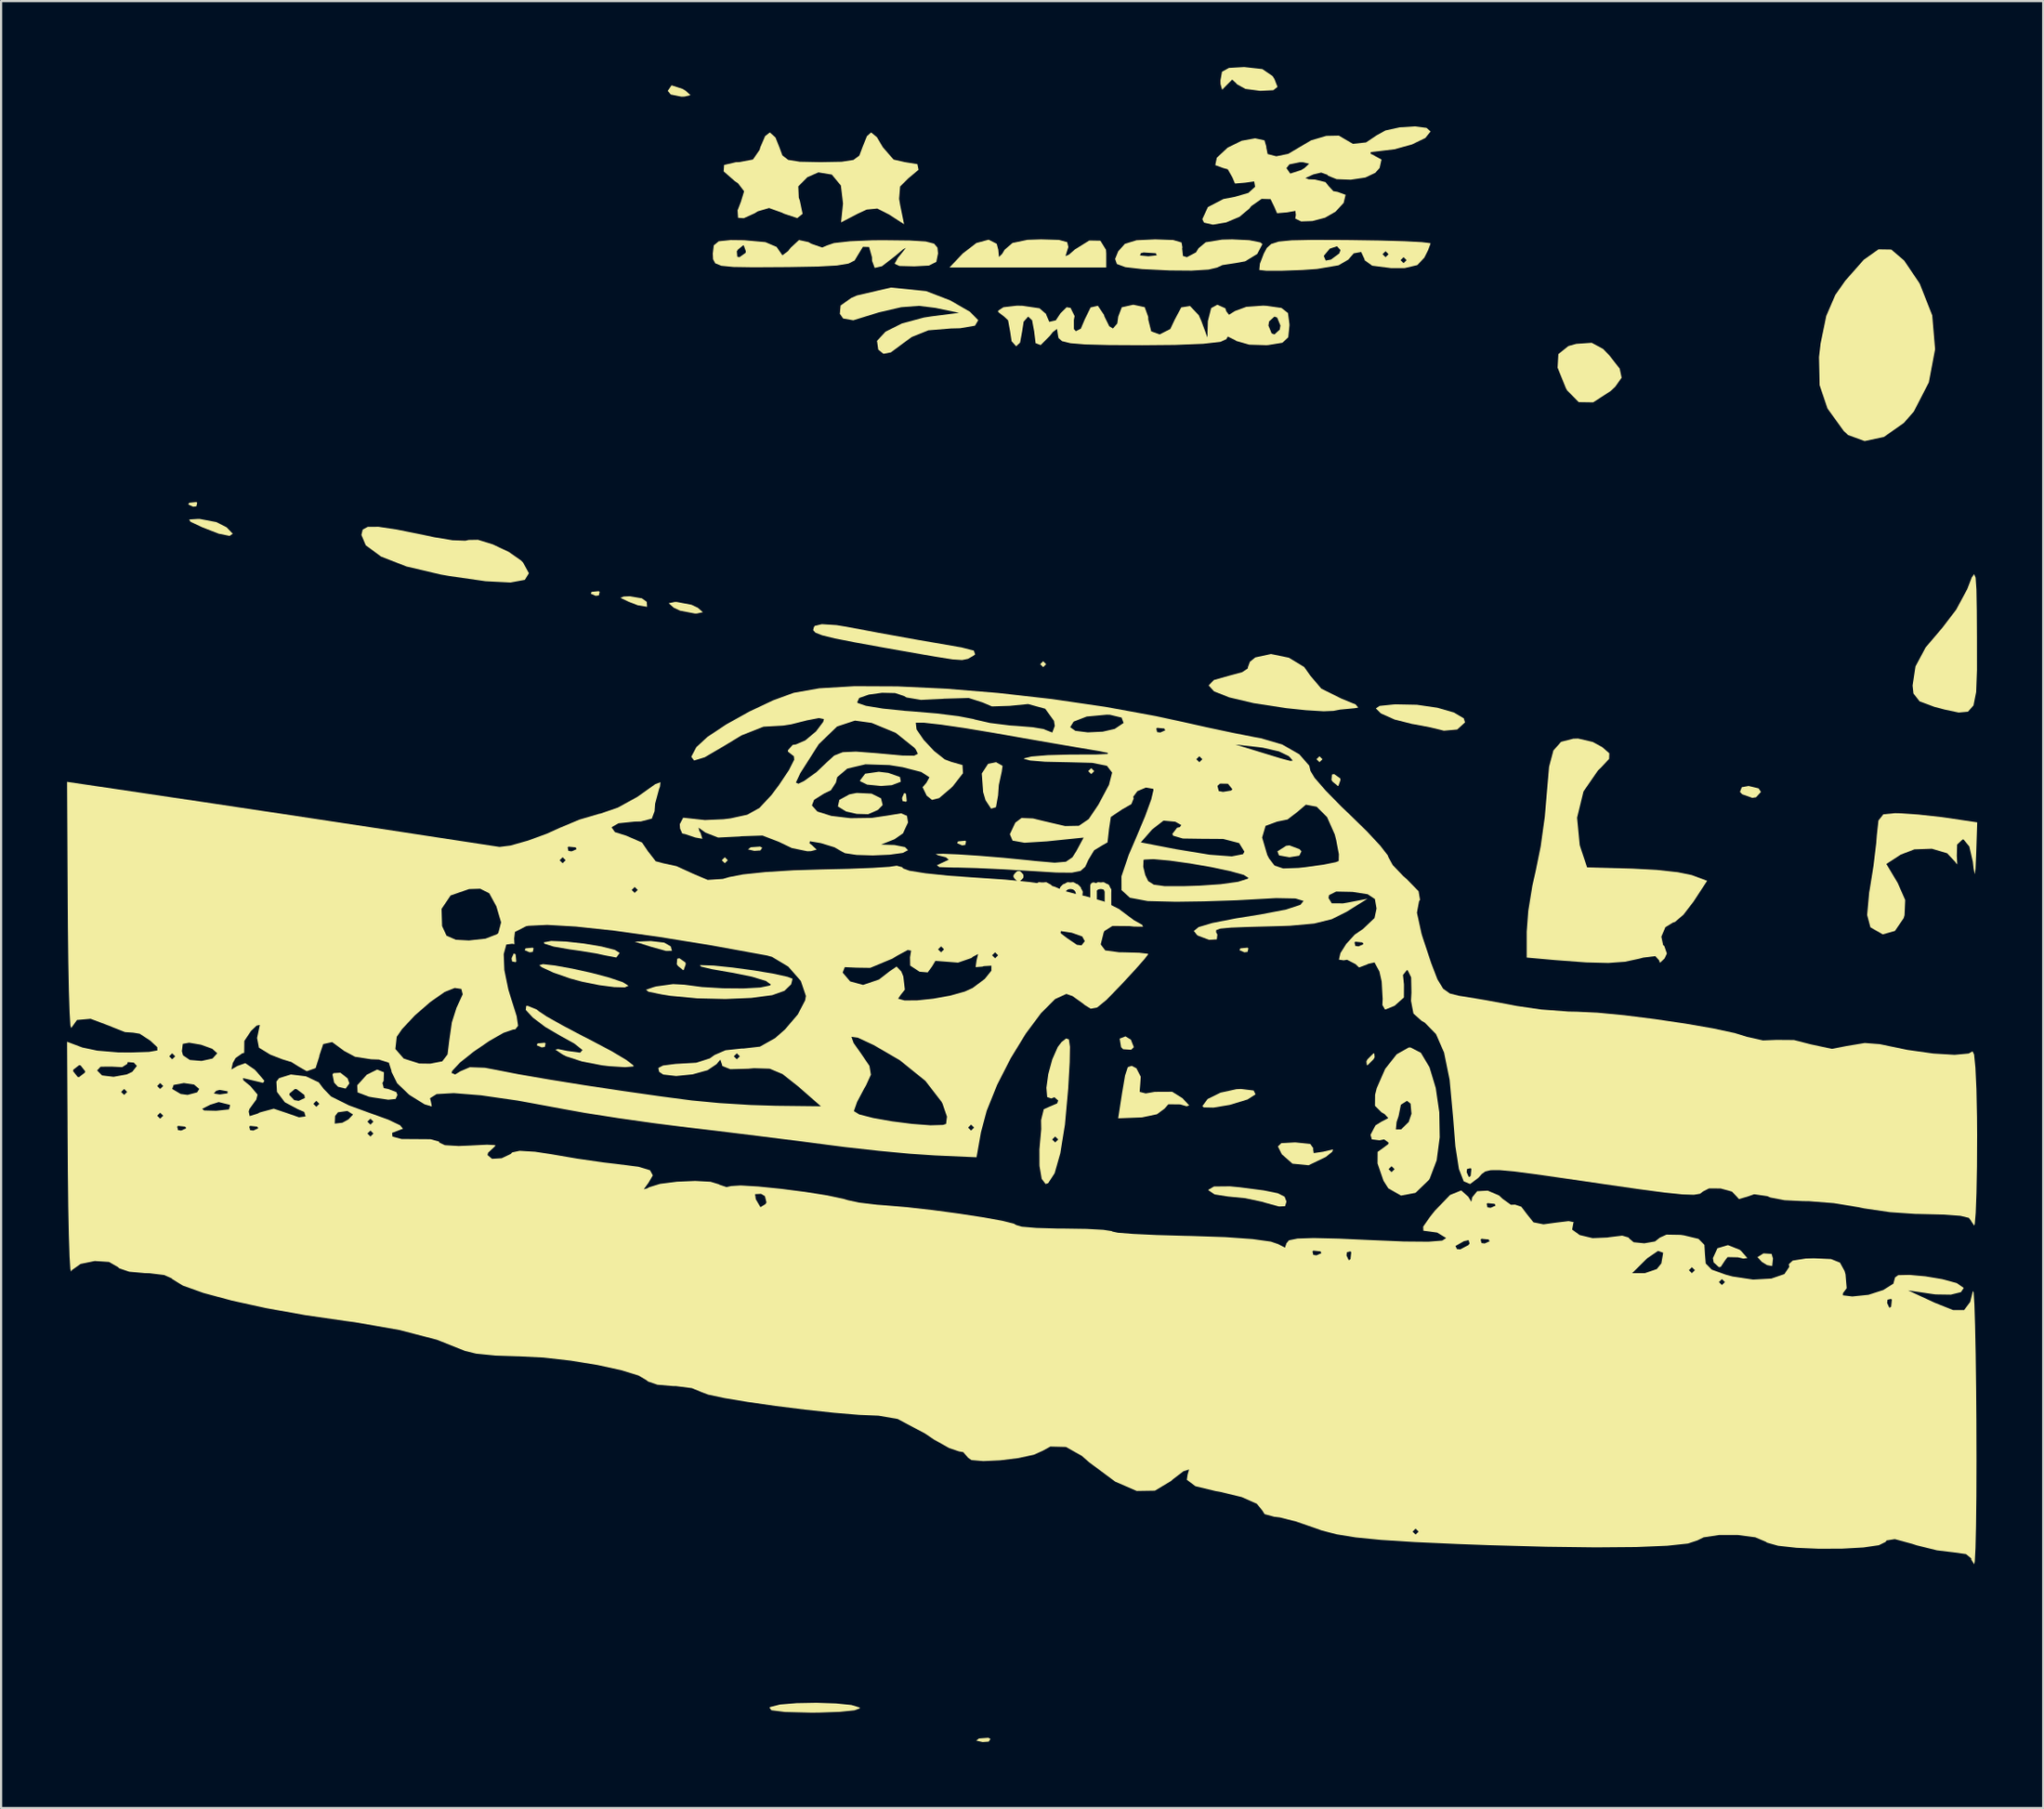
<source format=kicad_pcb>
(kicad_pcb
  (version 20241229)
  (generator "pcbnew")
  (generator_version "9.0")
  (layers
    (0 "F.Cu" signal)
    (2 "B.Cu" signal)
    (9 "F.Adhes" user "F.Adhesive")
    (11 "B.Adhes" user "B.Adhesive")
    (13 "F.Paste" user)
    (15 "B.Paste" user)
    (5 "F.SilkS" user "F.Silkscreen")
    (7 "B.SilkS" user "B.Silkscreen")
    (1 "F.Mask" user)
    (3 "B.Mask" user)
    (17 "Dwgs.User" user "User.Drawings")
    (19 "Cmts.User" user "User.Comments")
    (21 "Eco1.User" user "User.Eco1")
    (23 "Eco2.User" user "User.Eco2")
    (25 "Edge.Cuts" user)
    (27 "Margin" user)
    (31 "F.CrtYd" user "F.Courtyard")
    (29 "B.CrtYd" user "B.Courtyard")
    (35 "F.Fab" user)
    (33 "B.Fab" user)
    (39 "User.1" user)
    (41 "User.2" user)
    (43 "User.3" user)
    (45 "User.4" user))
  (footprint "myicon"
    (layer "F.Cu")
    (at 43.699 37.56)
    (property "Reference" "myicon" (at 0 0 0) (layer "F.SilkS") (effects (font (size 1.524 1.524) (thickness 0.3))))
    (attr board_only exclude_from_pos_files exclude_from_bom)
    (fp_poly (pts (xy -13.656 -1.486) (xy -13.792 -1.351) (xy -13.929 -1.486) (xy -13.792 -1.621)) (stroke (width 0) (type solid)) (fill yes) (layer "F.SilkS"))
    (fp_poly (pts (xy 0.819 -10.403) (xy 0.683 -10.268) (xy 0.546 -10.403) (xy 0.683 -10.538)) (stroke (width 0) (type solid)) (fill yes) (layer "F.SilkS"))
    (fp_poly (pts (xy 3.004 -5.539) (xy 2.868 -5.404) (xy 2.731 -5.539) (xy 2.868 -5.674)) (stroke (width 0) (type solid)) (fill yes) (layer "F.SilkS"))
    (fp_poly (pts (xy 13.383 -6.08) (xy 13.246 -5.945) (xy 13.11 -6.08) (xy 13.246 -6.215)) (stroke (width 0) (type solid)) (fill yes) (layer "F.SilkS"))
    (fp_poly (pts (xy -37.781 -17.744) (xy -37.819 -17.583) (xy -37.963 -17.564) (xy -38.188 -17.663) (xy -38.146 -17.744) (xy -37.821 -17.776)) (stroke (width 0) (type solid)) (fill yes) (layer "F.SilkS"))
    (fp_poly (pts (xy -23.306 2.792) (xy -23.273 3.113) (xy -23.306 3.152) (xy -23.468 3.115) (xy -23.488 2.972) (xy -23.388 2.75)) (stroke (width 0) (type solid)) (fill yes) (layer "F.SilkS"))
    (fp_poly (pts (xy -22.487 2.522) (xy -22.524 2.683) (xy -22.669 2.702) (xy -22.894 2.603) (xy -22.851 2.522) (xy -22.527 2.49)) (stroke (width 0) (type solid)) (fill yes) (layer "F.SilkS"))
    (fp_poly (pts (xy -21.941 6.845) (xy -21.978 7.006) (xy -22.123 7.026) (xy -22.347 6.927) (xy -22.305 6.845) (xy -21.981 6.813)) (stroke (width 0) (type solid)) (fill yes) (layer "F.SilkS"))
    (fp_poly (pts (xy -19.482 -13.691) (xy -19.52 -13.53) (xy -19.665 -13.511) (xy -19.889 -13.61) (xy -19.847 -13.691) (xy -19.522 -13.723)) (stroke (width 0) (type solid)) (fill yes) (layer "F.SilkS"))
    (fp_poly (pts (xy -12.091 -2.055) (xy -12.173 -1.932) (xy -12.45 -1.913) (xy -12.741 -1.979) (xy -12.615 -2.076) (xy -12.188 -2.108)) (stroke (width 0) (type solid)) (fill yes) (layer "F.SilkS"))
    (fp_poly (pts (xy -5.553 -4.504) (xy -5.521 -4.183) (xy -5.553 -4.143) (xy -5.716 -4.18) (xy -5.735 -4.323) (xy -5.636 -4.546)) (stroke (width 0) (type solid)) (fill yes) (layer "F.SilkS"))
    (fp_poly (pts (xy -2.822 -2.342) (xy -2.86 -2.181) (xy -3.004 -2.162) (xy -3.229 -2.261) (xy -3.186 -2.342) (xy -2.862 -2.374)) (stroke (width 0) (type solid)) (fill yes) (layer "F.SilkS"))
    (fp_poly (pts (xy -1.713 38.477) (xy -1.794 38.6) (xy -2.071 38.619) (xy -2.363 38.553) (xy -2.236 38.456) (xy -1.809 38.424)) (stroke (width 0) (type solid)) (fill yes) (layer "F.SilkS"))
    (fp_poly (pts (xy 10.014 2.522) (xy 9.977 2.683) (xy 9.832 2.702) (xy 9.607 2.603) (xy 9.65 2.522) (xy 9.974 2.49)) (stroke (width 0) (type solid)) (fill yes) (layer "F.SilkS"))
    (fp_poly (pts (xy 4.671 6.675) (xy 4.806 7.014) (xy 4.686 7.135) (xy 4.316 7.111) (xy 4.225 7.012) (xy 4.161 6.628) (xy 4.425 6.525)) (stroke (width 0) (type solid)) (fill yes) (layer "F.SilkS"))
    (fp_poly (pts (xy 33.803 16.416) (xy 33.867 16.627) (xy 33.83 16.97) (xy 33.601 16.929) (xy 33.366 16.787) (xy 33.161 16.565) (xy 33.434 16.394)) (stroke (width 0) (type solid)) (fill yes) (layer "F.SilkS"))
    (fp_poly (pts (xy -30.945 8.434) (xy -30.862 8.663) (xy -31.034 8.901) (xy -31.38 8.816) (xy -31.556 8.629) (xy -31.63 8.265) (xy -31.591 8.196) (xy -31.271 8.176)) (stroke (width 0) (type solid)) (fill yes) (layer "F.SilkS"))
    (fp_poly (pts (xy -17.56 -13.397) (xy -17.343 -13.24) (xy -17.326 -13.011) (xy -17.754 -13.082) (xy -18.162 -13.24) (xy -18.537 -13.42) (xy -18.392 -13.48) (xy -18.11 -13.492)) (stroke (width 0) (type solid)) (fill yes) (layer "F.SilkS"))
    (fp_poly (pts (xy -16.55 2.259) (xy -16.251 2.432) (xy -16.196 2.635) (xy -16.468 2.64) (xy -17.155 2.448) (xy -17.206 2.432) (xy -17.889 2.216) (xy -17.154 2.189)) (stroke (width 0) (type solid)) (fill yes) (layer "F.SilkS"))
    (fp_poly (pts (xy -15.718 -36.569) (xy -15.568 -36.479) (xy -15.353 -36.282) (xy -15.625 -36.216) (xy -15.773 -36.213) (xy -16.252 -36.311) (xy -16.387 -36.479) (xy -16.215 -36.73)) (stroke (width 0) (type solid)) (fill yes) (layer "F.SilkS"))
    (fp_poly (pts (xy -15.579 3.168) (xy -15.568 3.243) (xy -15.661 3.506) (xy -15.688 3.513) (xy -15.921 3.323) (xy -15.977 3.243) (xy -15.956 2.994) (xy -15.857 2.972)) (stroke (width 0) (type solid)) (fill yes) (layer "F.SilkS"))
    (fp_poly (pts (xy 12.339 -1.99) (xy 12.427 -1.891) (xy 12.329 -1.692) (xy 11.881 -1.621) (xy 11.406 -1.705) (xy 11.334 -1.891) (xy 11.731 -2.143) (xy 11.881 -2.162)) (stroke (width 0) (type solid)) (fill yes) (layer "F.SilkS"))
    (fp_poly (pts (xy 14.191 -5.208) (xy 14.202 -5.134) (xy 14.109 -4.871) (xy 14.082 -4.864) (xy 13.849 -5.053) (xy 13.792 -5.134) (xy 13.814 -5.383) (xy 13.913 -5.404)) (stroke (width 0) (type solid)) (fill yes) (layer "F.SilkS"))
    (fp_poly (pts (xy 15.755 7.47) (xy 15.704 7.566) (xy 15.447 7.824) (xy 15.399 7.836) (xy 15.38 7.662) (xy 15.431 7.566) (xy 15.689 7.308) (xy 15.737 7.296)) (stroke (width 0) (type solid)) (fill yes) (layer "F.SilkS"))
    (fp_poly (pts (xy 33.211 -4.754) (xy 33.32 -4.594) (xy 33.1 -4.351) (xy 32.927 -4.323) (xy 32.462 -4.488) (xy 32.365 -4.594) (xy 32.448 -4.806) (xy 32.758 -4.864)) (stroke (width 0) (type solid)) (fill yes) (layer "F.SilkS"))
    (fp_poly (pts (xy -36.912 -16.865) (xy -36.445 -16.627) (xy -36.165 -16.335) (xy -36.313 -16.238) (xy -36.806 -16.338) (xy -37.554 -16.628) (xy -38.089 -16.881) (xy -38.149 -16.984) (xy -37.759 -17.01) (xy -37.674 -17.011)) (stroke (width 0) (type solid)) (fill yes) (layer "F.SilkS"))
    (fp_poly (pts (xy -15.305 -13.103) (xy -15.022 -12.97) (xy -14.79 -12.768) (xy -15.056 -12.709) (xy -15.158 -12.708) (xy -15.83 -12.837) (xy -16.114 -12.97) (xy -16.345 -13.173) (xy -16.079 -13.231) (xy -15.977 -13.232)) (stroke (width 0) (type solid)) (fill yes) (layer "F.SilkS"))
    (fp_poly (pts (xy -6.36 -5.459) (xy -5.828 -5.271) (xy -5.789 -5.058) (xy -6.198 -4.9) (xy -6.691 -4.864) (xy -7.323 -4.926) (xy -7.639 -5.079) (xy -7.647 -5.112) (xy -7.412 -5.421) (xy -6.791 -5.511)) (stroke (width 0) (type solid)) (fill yes) (layer "F.SilkS"))
    (fp_poly (pts (xy -7.121 -4.516) (xy -6.69 -4.303) (xy -6.615 -3.996) (xy -6.83 -3.776) (xy -7.273 -3.579) (xy -7.796 -3.593) (xy -8.277 -3.702) (xy -8.653 -3.934) (xy -8.583 -4.233) (xy -8.132 -4.48) (xy -7.798 -4.547)) (stroke (width 0) (type solid)) (fill yes) (layer "F.SilkS"))
    (fp_poly (pts (xy -1.163 -5.777) (xy -1.2 -5.517) (xy -1.333 -4.907) (xy -1.366 -4.436) (xy -1.462 -3.898) (xy -1.685 -3.831) (xy -1.936 -4.212) (xy -2.047 -4.587) (xy -2.109 -5.43) (xy -1.822 -5.869) (xy -1.457 -5.945)) (stroke (width 0) (type solid)) (fill yes) (layer "F.SilkS"))
    (fp_poly (pts (xy 10.252 8.987) (xy 10.339 9.162) (xy 9.975 9.395) (xy 9.195 9.634) (xy 9.149 9.645) (xy 8.427 9.765) (xy 7.985 9.756) (xy 7.92 9.7) (xy 8.159 9.374) (xy 8.742 9.086) (xy 9.469 8.927) (xy 9.678 8.917)) (stroke (width 0) (type solid)) (fill yes) (layer "F.SilkS"))
    (fp_poly (pts (xy 32.357 16.232) (xy 32.43 16.297) (xy 32.702 16.606) (xy 32.522 16.633) (xy 32.273 16.573) (xy 31.801 16.563) (xy 31.682 16.722) (xy 31.492 17.009) (xy 31.409 17.023) (xy 31.168 16.804) (xy 31.135 16.61) (xy 31.341 16.162) (xy 31.819 16.019)) (stroke (width 0) (type solid)) (fill yes) (layer "F.SilkS"))
    (fp_poly (pts (xy -29.292 8.156) (xy -29.305 8.546) (xy -29.36 8.647) (xy -29.298 8.878) (xy -29.103 8.917) (xy -28.73 9.058) (xy -28.677 9.187) (xy -28.76 9.371) (xy -29.094 9.405) (xy -29.807 9.298) (xy -29.975 9.267) (xy -30.489 9.074) (xy -30.506 8.749) (xy -30.07 8.266) (xy -29.602 8.033)) (stroke (width 0) (type solid)) (fill yes) (layer "F.SilkS"))
    (fp_poly (pts (xy -21.513 3.301) (xy -20.729 3.443) (xy -19.857 3.637) (xy -19.042 3.853) (xy -18.435 4.058) (xy -18.173 4.224) (xy -18.337 4.297) (xy -18.818 4.285) (xy -19.505 4.196) (xy -20.288 4.037) (xy -20.812 3.895) (xy -21.585 3.627) (xy -22.113 3.382) (xy -22.23 3.289) (xy -22.062 3.239)) (stroke (width 0) (type solid)) (fill yes) (layer "F.SilkS"))
    (fp_poly (pts (xy -21.015 2.211) (xy -20.191 2.304) (xy -19.392 2.439) (xy -18.794 2.591) (xy -18.572 2.729) (xy -18.726 2.938) (xy -19.247 2.84) (xy -19.255 2.837) (xy -19.67 2.749) (xy -20.415 2.629) (xy -20.85 2.568) (xy -21.58 2.441) (xy -21.991 2.311) (xy -22.028 2.248) (xy -21.686 2.184)) (stroke (width 0) (type solid)) (fill yes) (layer "F.SilkS"))
    (fp_poly (pts (xy -8.743 36.863) (xy -8.036 36.935) (xy -7.668 37.047) (xy -7.647 37.085) (xy -7.899 37.178) (xy -8.57 37.246) (xy -9.532 37.28) (xy -9.901 37.281) (xy -11.054 37.252) (xy -11.677 37.174) (xy -11.763 37.05) (xy -11.728 37.027) (xy -11.281 36.913) (xy -10.527 36.85) (xy -9.627 36.834)) (stroke (width 0) (type solid)) (fill yes) (layer "F.SilkS"))
    (fp_poly (pts (xy 12.828 11.417) (xy 12.97 11.62) (xy 12.955 11.648) (xy 12.984 11.833) (xy 13.417 11.769) (xy 13.864 11.663) (xy 13.824 11.775) (xy 13.535 12.01) (xy 12.751 12.386) (xy 12.018 12.314) (xy 11.534 11.889) (xy 11.357 11.532) (xy 11.511 11.381) (xy 12.101 11.349) (xy 12.168 11.349)) (stroke (width 0) (type solid)) (fill yes) (layer "F.SilkS"))
    (fp_poly (pts (xy 26.145 -24.739) (xy 26.424 -24.449) (xy 26.897 -23.845) (xy 26.985 -23.432) (xy 26.694 -23.021) (xy 26.48 -22.822) (xy 25.689 -22.31) (xy 25.034 -22.32) (xy 24.508 -22.852) (xy 24.45 -22.957) (xy 24.073 -23.887) (xy 24.107 -24.505) (xy 24.565 -24.871) (xy 24.922 -24.971) (xy 25.624 -25.019)) (stroke (width 0) (type solid)) (fill yes) (layer "F.SilkS"))
    (fp_poly (pts (xy 9.627 13.388) (xy 10.709 13.528) (xy 11.351 13.66) (xy 11.661 13.817) (xy 11.744 14.032) (xy 11.744 14.043) (xy 11.683 14.248) (xy 11.407 14.263) (xy 10.777 14.09) (xy 10.652 14.051) (xy 9.867 13.884) (xy 9.081 13.808) (xy 8.477 13.714) (xy 8.196 13.522) (xy 8.194 13.501) (xy 8.449 13.352) (xy 9.179 13.345)) (stroke (width 0) (type solid)) (fill yes) (layer "F.SilkS"))
    (fp_poly (pts (xy 10.649 -37.468) (xy 11.113 -37.152) (xy 11.198 -37.019) (xy 11.338 -36.658) (xy 11.148 -36.508) (xy 10.547 -36.479) (xy 9.877 -36.567) (xy 9.484 -36.784) (xy 9.466 -36.816) (xy 9.278 -36.989) (xy 9.038 -36.749) (xy 8.82 -36.529) (xy 8.748 -36.784) (xy 8.744 -36.952) (xy 8.814 -37.347) (xy 9.131 -37.521) (xy 9.823 -37.56)) (stroke (width 0) (type solid)) (fill yes) (layer "F.SilkS"))
    (fp_poly (pts (xy 17.674 -8.558) (xy 18.606 -8.422) (xy 19.364 -8.203) (xy 19.81 -7.938) (xy 19.864 -7.753) (xy 19.508 -7.431) (xy 18.904 -7.377) (xy 18.709 -7.427) (xy 18.273 -7.532) (xy 17.565 -7.665) (xy 17.459 -7.682) (xy 16.666 -7.883) (xy 16.057 -8.155) (xy 16.024 -8.177) (xy 15.81 -8.39) (xy 15.978 -8.506) (xy 16.606 -8.571) (xy 16.708 -8.577)) (stroke (width 0) (type solid)) (fill yes) (layer "F.SilkS"))
    (fp_poly (pts (xy 4.922 7.975) (xy 5.12 8.36) (xy 5.098 8.694) (xy 5.07 9.049) (xy 5.347 9.12) (xy 5.755 9.048) (xy 6.55 9.044) (xy 7.018 9.337) (xy 7.324 9.667) (xy 7.204 9.705) (xy 6.916 9.62) (xy 6.375 9.614) (xy 6.203 9.81) (xy 5.856 10.067) (xy 5.186 10.209) (xy 5.077 10.215) (xy 4.093 10.252) (xy 4.269 9.112) (xy 4.407 8.304) (xy 4.532 7.924) (xy 4.707 7.865)) (stroke (width 0) (type solid)) (fill yes) (layer "F.SilkS"))
    (fp_poly (pts (xy 39.246 -29.26) (xy 39.83 -28.762) (xy 40.499 -27.772) (xy 40.546 -27.693) (xy 41.108 -26.266) (xy 41.238 -24.726) (xy 40.954 -23.22) (xy 40.271 -21.893) (xy 39.818 -21.374) (xy 38.912 -20.737) (xy 38.034 -20.549) (xy 37.279 -20.825) (xy 37.083 -21.009) (xy 36.345 -22.031) (xy 35.987 -23.091) (xy 35.959 -24.369) (xy 36.031 -24.986) (xy 36.289 -26.24) (xy 36.7 -27.195) (xy 37.151 -27.84) (xy 37.992 -28.795) (xy 38.662 -29.269)) (stroke (width 0) (type solid)) (fill yes) (layer "F.SilkS"))
    (fp_poly (pts (xy 43.08 -14.335) (xy 43.117 -13.799) (xy 43.134 -12.832) (xy 43.141 -11.609) (xy 43.142 -10.139) (xy 43.105 -9.136) (xy 42.984 -8.528) (xy 42.734 -8.241) (xy 42.311 -8.202) (xy 41.669 -8.338) (xy 41.207 -8.461) (xy 40.533 -8.712) (xy 40.254 -9.069) (xy 40.214 -9.429) (xy 40.347 -10.302) (xy 40.807 -11.164) (xy 41.567 -12.058) (xy 42.197 -12.882) (xy 42.697 -13.811) (xy 42.751 -13.95) (xy 42.907 -14.351) (xy 43.013 -14.499)) (stroke (width 0) (type solid)) (fill yes) (layer "F.SilkS"))
    (fp_poly (pts (xy -8.712 -12.18) (xy -8.267 -12.107) (xy -6.786 -11.827) (xy -4.998 -11.506) (xy -3.136 -11.183) (xy -3.042 -11.168) (xy -2.47 -11.021) (xy -2.409 -10.847) (xy -2.496 -10.78) (xy -2.737 -10.644) (xy -3.002 -10.59) (xy -3.436 -10.619) (xy -4.183 -10.737) (xy -4.78 -10.841) (xy -6.565 -11.155) (xy -7.879 -11.394) (xy -8.79 -11.575) (xy -9.364 -11.715) (xy -9.67 -11.834) (xy -9.775 -11.948) (xy -9.745 -12.076) (xy -9.705 -12.144) (xy -9.382 -12.223)) (stroke (width 0) (type solid)) (fill yes) (layer "F.SilkS"))
    (fp_poly (pts (xy -28.707 -16.526) (xy -27.457 -16.274) (xy -26.983 -16.173) (xy -26.177 -16.039) (xy -25.59 -16.017) (xy -25.442 -16.052) (xy -25.014 -16.059) (xy -24.337 -15.85) (xy -23.616 -15.509) (xy -23.057 -15.12) (xy -22.965 -15.024) (xy -22.7 -14.539) (xy -22.885 -14.237) (xy -23.537 -14.116) (xy -24.671 -14.174) (xy -26.303 -14.409) (xy -26.702 -14.479) (xy -28.268 -14.846) (xy -29.423 -15.297) (xy -30.12 -15.811) (xy -30.316 -16.283) (xy -30.257 -16.526) (xy -30.024 -16.649) (xy -29.535 -16.65)) (stroke (width 0) (type solid)) (fill yes) (layer "F.SilkS"))
    (fp_poly (pts (xy 1.399 -29.699) (xy 1.775 -29.597) (xy 1.829 -29.377) (xy 1.793 -29.266) (xy 1.698 -28.962) (xy 1.855 -29.029) (xy 2.126 -29.266) (xy 2.779 -29.672) (xy 3.285 -29.663) (xy 3.539 -29.25) (xy 3.551 -29.083) (xy 3.551 -28.442) (xy -3.58 -28.442) (xy -2.971 -29.083) (xy -2.354 -29.558) (xy -1.795 -29.709) (xy -1.428 -29.522) (xy -1.357 -29.251) (xy -1.326 -28.922) (xy -1.181 -29.066) (xy -1.071 -29.251) (xy -0.713 -29.56) (xy -0.029 -29.703) (xy 0.589 -29.723)) (stroke (width 0) (type solid)) (fill yes) (layer "F.SilkS"))
    (fp_poly (pts (xy 11.858 -10.695) (xy 12.551 -10.275) (xy 12.83 -9.881) (xy 13.33 -9.291) (xy 14.253 -8.832) (xy 14.887 -8.574) (xy 15.009 -8.428) (xy 14.839 -8.398) (xy 14.184 -8.336) (xy 13.883 -8.278) (xy 13.437 -8.259) (xy 12.633 -8.308) (xy 11.744 -8.401) (xy 10.251 -8.631) (xy 9.142 -8.893) (xy 8.45 -9.168) (xy 8.207 -9.437) (xy 8.445 -9.684) (xy 9.13 -9.877) (xy 9.731 -10.038) (xy 9.99 -10.21) (xy 9.984 -10.244) (xy 10.084 -10.514) (xy 10.328 -10.709) (xy 11.037 -10.865)) (stroke (width 0) (type solid)) (fill yes) (layer "F.SilkS"))
    (fp_poly (pts (xy -22.347 5.302) (xy -22.245 5.386) (xy -21.896 5.618) (xy -21.187 6.017) (xy -20.248 6.513) (xy -19.856 6.713) (xy -18.935 7.201) (xy -18.266 7.599) (xy -17.947 7.847) (xy -17.944 7.894) (xy -18.327 7.926) (xy -19.037 7.882) (xy -19.391 7.841) (xy -20.276 7.669) (xy -21.004 7.432) (xy -21.167 7.35) (xy -21.497 7.129) (xy -21.374 7.101) (xy -20.962 7.186) (xy -20.369 7.267) (xy -20.263 7.147) (xy -20.635 6.851) (xy -21.253 6.51) (xy -21.957 6.098) (xy -22.52 5.672) (xy -22.843 5.323) (xy -22.824 5.142) (xy -22.757 5.134)) (stroke (width 0) (type solid)) (fill yes) (layer "F.SilkS"))
    (fp_poly (pts (xy -4.638 -27.369) (xy -3.554 -26.954) (xy -2.647 -26.432) (xy -2.269 -26.047) (xy -2.418 -25.797) (xy -3.095 -25.68) (xy -3.507 -25.67) (xy -4.536 -25.586) (xy -5.294 -25.282) (xy -5.683 -24.997) (xy -6.241 -24.584) (xy -6.58 -24.519) (xy -6.815 -24.709) (xy -6.873 -25.109) (xy -6.484 -25.525) (xy -5.742 -25.898) (xy -4.74 -26.168) (xy -4.393 -26.222) (xy -3.141 -26.383) (xy -4.222 -26.608) (xy -4.967 -26.699) (xy -5.772 -26.638) (xy -6.791 -26.402) (xy -7.951 -26.042) (xy -8.412 -26.124) (xy -8.563 -26.339) (xy -8.528 -26.714) (xy -8.049 -27.056) (xy -7.79 -27.171) (xy -6.235 -27.532)) (stroke (width 0) (type solid)) (fill yes) (layer "F.SilkS"))
    (fp_poly (pts (xy -14.294 3.304) (xy -13.434 3.393) (xy -12.475 3.524) (xy -11.587 3.673) (xy -10.94 3.815) (xy -10.711 3.904) (xy -10.777 4.16) (xy -11.081 4.453) (xy -11.636 4.65) (xy -12.582 4.776) (xy -13.768 4.826) (xy -15.044 4.796) (xy -16.257 4.682) (xy -16.66 4.617) (xy -17.265 4.494) (xy -17.374 4.404) (xy -17.027 4.285) (xy -16.912 4.254) (xy -16.147 4.148) (xy -15.639 4.175) (xy -14.83 4.281) (xy -13.88 4.337) (xy -12.944 4.345) (xy -12.18 4.303) (xy -11.745 4.214) (xy -11.698 4.168) (xy -11.92 4.006) (xy -12.552 3.813) (xy -13.46 3.63) (xy -13.54 3.617) (xy -14.379 3.469) (xy -14.871 3.352) (xy -14.926 3.288) (xy -14.885 3.284)) (stroke (width 0) (type solid)) (fill yes) (layer "F.SilkS"))
    (fp_poly (pts (xy 1.852 6.663) (xy 1.902 6.997) (xy 1.889 7.704) (xy 1.823 8.865) (xy 1.82 8.917) (xy 1.673 10.543) (xy 1.463 11.841) (xy 1.205 12.747) (xy 0.912 13.2) (xy 0.793 13.24) (xy 0.616 13.004) (xy 0.517 12.427) (xy 0.514 12.362) (xy 0.512 11.67) (xy 0.552 11.219) (xy 0.553 11.214) (xy 1.092 11.214) (xy 1.229 11.349) (xy 1.366 11.214) (xy 1.229 11.079) (xy 1.092 11.214) (xy 0.553 11.214) (xy 0.596 10.743) (xy 0.588 10.336) (xy 0.71 9.838) (xy 0.959 9.728) (xy 1.32 9.572) (xy 1.366 9.441) (xy 1.193 9.292) (xy 1.051 9.348) (xy 0.864 9.284) (xy 0.829 8.864) (xy 0.915 8.241) (xy 1.097 7.572) (xy 1.345 7.009) (xy 1.515 6.786) (xy 1.727 6.62)) (stroke (width 0) (type solid)) (fill yes) (layer "F.SilkS"))
    (fp_poly (pts (xy 10.059 -29.685) (xy 10.557 -29.586) (xy 10.652 -29.507) (xy 10.417 -29.059) (xy 9.866 -28.724) (xy 9.423 -28.643) (xy 8.833 -28.553) (xy 8.59 -28.44) (xy 8.203 -28.349) (xy 7.435 -28.302) (xy 6.45 -28.31) (xy 6.418 -28.311) (xy 5.185 -28.371) (xy 4.418 -28.459) (xy 4.034 -28.602) (xy 3.954 -28.833) (xy 4.019 -28.993) (xy 5.087 -28.993) (xy 5.462 -28.955) (xy 5.85 -28.998) (xy 5.804 -29.092) (xy 5.245 -29.127) (xy 5.121 -29.092) (xy 5.087 -28.993) (xy 4.019 -28.993) (xy 4.095 -29.179) (xy 4.397 -29.52) (xy 4.93 -29.684) (xy 5.774 -29.723) (xy 6.595 -29.694) (xy 6.975 -29.582) (xy 7.015 -29.355) (xy 7.002 -29.318) (xy 7.039 -28.969) (xy 7.217 -28.913) (xy 7.631 -29.131) (xy 7.746 -29.318) (xy 8.071 -29.591) (xy 8.82 -29.712) (xy 9.277 -29.723)) (stroke (width 0) (type solid)) (fill yes) (layer "F.SilkS"))
    (fp_poly (pts (xy 39.602 -3.622) (xy 40.485 -3.563) (xy 41.534 -3.448) (xy 41.855 -3.403) (xy 43.153 -3.209) (xy 43.107 -1.807) (xy 43.075 -1.072) (xy 43.039 -0.849) (xy 42.988 -1.113) (xy 42.954 -1.419) (xy 42.794 -2.111) (xy 42.535 -2.426) (xy 42.491 -2.432) (xy 42.239 -2.199) (xy 42.225 -1.689) (xy 42.247 -1.299) (xy 42.18 -1.367) (xy 42.173 -1.388) (xy 41.788 -1.801) (xy 41.093 -2.009) (xy 40.295 -1.98) (xy 39.677 -1.741) (xy 39.022 -1.317) (xy 39.538 -0.452) (xy 39.879 0.323) (xy 39.849 1.012) (xy 39.806 1.153) (xy 39.411 1.731) (xy 38.858 1.886) (xy 38.312 1.574) (xy 38.294 1.554) (xy 38.148 1.003) (xy 38.241 -0.021) (xy 38.272 -0.196) (xy 38.439 -1.244) (xy 38.561 -2.264) (xy 38.589 -2.628) (xy 38.662 -3.293) (xy 38.885 -3.574) (xy 39.417 -3.626)) (stroke (width 0) (type solid)) (fill yes) (layer "F.SilkS"))
    (fp_poly (pts (xy 25.674 -6.865) (xy 26.099 -6.633) (xy 26.425 -6.35) (xy 26.417 -6.097) (xy 26.044 -5.696) (xy 25.912 -5.573) (xy 25.251 -4.614) (xy 24.959 -3.418) (xy 25.079 -2.18) (xy 25.119 -2.049) (xy 25.416 -1.159) (xy 27.478 -1.105) (xy 28.581 -1.046) (xy 29.547 -0.94) (xy 30.178 -0.811) (xy 30.207 -0.8) (xy 30.873 -0.55) (xy 30.253 0.397) (xy 29.798 0.989) (xy 29.41 1.322) (xy 29.321 1.348) (xy 28.976 1.557) (xy 28.792 1.991) (xy 28.872 2.373) (xy 28.927 2.417) (xy 29.043 2.756) (xy 28.94 2.979) (xy 28.728 3.181) (xy 28.682 3.059) (xy 28.515 2.875) (xy 27.965 2.944) (xy 27.792 2.991) (xy 27.142 3.131) (xy 26.38 3.187) (xy 25.369 3.162) (xy 23.967 3.057) (xy 23.83 3.045) (xy 22.669 2.941) (xy 22.669 1.763) (xy 22.741 0.816) (xy 22.926 -0.326) (xy 23.076 -0.991) (xy 23.305 -2.117) (xy 23.492 -3.464) (xy 23.584 -4.554) (xy 23.686 -5.737) (xy 23.883 -6.478) (xy 24.231 -6.871) (xy 24.785 -7.013) (xy 25.006 -7.021)) (stroke (width 0) (type solid)) (fill yes) (layer "F.SilkS"))
    (fp_poly (pts (xy 17.858 7.273) (xy 18.249 7.93) (xy 18.533 8.873) (xy 18.694 9.976) (xy 18.713 11.113) (xy 18.575 12.161) (xy 18.26 12.992) (xy 18.218 13.06) (xy 17.611 13.642) (xy 16.952 13.767) (xy 16.374 13.434) (xy 16.158 13.093) (xy 15.976 12.565) (xy 16.387 12.565) (xy 16.524 12.7) (xy 16.66 12.565) (xy 16.524 12.43) (xy 16.387 12.565) (xy 15.976 12.565) (xy 15.886 12.302) (xy 15.89 11.777) (xy 16.114 11.619) (xy 16.379 11.42) (xy 16.387 11.357) (xy 16.187 11.209) (xy 15.977 11.251) (xy 15.626 11.209) (xy 15.568 11.001) (xy 15.694 10.759) (xy 16.72 10.759) (xy 16.958 10.757) (xy 17.304 10.416) (xy 17.43 10.044) (xy 17.388 9.585) (xy 17.225 9.457) (xy 16.945 9.637) (xy 16.933 9.706) (xy 16.843 10.153) (xy 16.753 10.418) (xy 16.72 10.759) (xy 15.694 10.759) (xy 15.791 10.574) (xy 16.046 10.414) (xy 16.375 10.242) (xy 16.204 10.056) (xy 16.065 9.977) (xy 15.769 9.683) (xy 15.774 9.18) (xy 15.852 8.877) (xy 16.233 8.004) (xy 16.757 7.339) (xy 17.301 7.032) (xy 17.379 7.026)) (stroke (width 0) (type solid)) (fill yes) (layer "F.SilkS"))
    (fp_poly (pts (xy 14.268 -29.694) (xy 14.655 -29.691) (xy 15.994 -29.671) (xy 17.112 -29.639) (xy 17.908 -29.597) (xy 18.283 -29.551) (xy 18.299 -29.539) (xy 18.185 -29.232) (xy 18.015 -28.893) (xy 17.694 -28.552) (xy 17.12 -28.416) (xy 16.513 -28.414) (xy 15.643 -28.525) (xy 15.3 -28.773) (xy 15.3 -28.778) (xy 16.933 -28.778) (xy 17.07 -28.643) (xy 17.206 -28.778) (xy 17.07 -28.913) (xy 16.933 -28.778) (xy 15.3 -28.778) (xy 15.295 -28.821) (xy 15.188 -29.048) (xy 16.114 -29.048) (xy 16.251 -28.913) (xy 16.387 -29.048) (xy 16.251 -29.183) (xy 16.114 -29.048) (xy 15.188 -29.048) (xy 15.14 -29.149) (xy 14.804 -29.087) (xy 14.557 -28.802) (xy 14.114 -28.543) (xy 13.137 -28.377) (xy 12.471 -28.33) (xy 11.525 -28.296) (xy 10.821 -28.297) (xy 10.511 -28.331) (xy 10.51 -28.332) (xy 10.538 -28.617) (xy 10.671 -28.963) (xy 13.445 -28.963) (xy 13.531 -28.76) (xy 13.77 -28.806) (xy 14.145 -29.082) (xy 14.202 -29.234) (xy 14.042 -29.411) (xy 13.715 -29.301) (xy 13.454 -28.987) (xy 13.445 -28.963) (xy 10.671 -28.963) (xy 10.713 -29.073) (xy 10.852 -29.334) (xy 11.047 -29.512) (xy 11.393 -29.623) (xy 11.983 -29.68) (xy 12.91 -29.699)) (stroke (width 0) (type solid)) (fill yes) (layer "F.SilkS"))
    (fp_poly (pts (xy -6.875 -34.369) (xy -6.605 -33.912) (xy -6.119 -33.352) (xy -5.605 -33.236) (xy -5.036 -33.145) (xy -4.983 -32.888) (xy -5.452 -32.495) (xy -5.456 -32.492) (xy -5.822 -32.127) (xy -5.867 -31.566) (xy -5.819 -31.285) (xy -5.642 -30.412) (xy -6.315 -30.848) (xy -6.86 -31.125) (xy -7.341 -31.078) (xy -7.747 -30.89) (xy -8.507 -30.496) (xy -8.418 -31.355) (xy -8.515 -32.171) (xy -8.926 -32.669) (xy -9.538 -32.769) (xy -10.04 -32.549) (xy -10.451 -32.133) (xy -10.429 -31.621) (xy -10.379 -31.481) (xy -10.255 -30.885) (xy -10.497 -30.69) (xy -11.108 -30.893) (xy -11.188 -30.934) (xy -11.779 -31.148) (xy -12.291 -30.998) (xy -12.435 -30.909) (xy -12.931 -30.685) (xy -13.19 -30.704) (xy -13.212 -31.044) (xy -13.061 -31.434) (xy -12.915 -31.911) (xy -13.191 -32.271) (xy -13.344 -32.377) (xy -13.845 -32.815) (xy -13.825 -33.108) (xy -13.289 -33.233) (xy -13.139 -33.236) (xy -12.514 -33.354) (xy -12.211 -33.794) (xy -12.178 -33.912) (xy -11.961 -34.418) (xy -11.744 -34.587) (xy -11.489 -34.358) (xy -11.31 -33.912) (xy -11.174 -33.542) (xy -10.913 -33.339) (xy -10.387 -33.254) (xy -9.458 -33.236) (xy -9.423 -33.236) (xy -8.479 -33.253) (xy -7.944 -33.335) (xy -7.676 -33.534) (xy -7.539 -33.898) (xy -7.535 -33.912) (xy -7.331 -34.417) (xy -7.14 -34.587)) (stroke (width 0) (type solid)) (fill yes) (layer "F.SilkS"))
    (fp_poly (pts (xy -9.987 -29.599) (xy -9.862 -29.526) (xy -9.364 -29.354) (xy -9.154 -29.445) (xy -8.829 -29.556) (xy -8.089 -29.638) (xy -7.069 -29.682) (xy -6.547 -29.685) (xy -5.384 -29.672) (xy -4.662 -29.628) (xy -4.277 -29.529) (xy -4.124 -29.349) (xy -4.097 -29.084) (xy -4.175 -28.7) (xy -4.509 -28.531) (xy -5.175 -28.495) (xy -5.853 -28.512) (xy -6.073 -28.614) (xy -5.925 -28.882) (xy -5.792 -29.042) (xy -5.559 -29.338) (xy -5.678 -29.277) (xy -6.028 -28.98) (xy -6.645 -28.501) (xy -6.977 -28.424) (xy -7.096 -28.746) (xy -7.101 -28.913) (xy -7.232 -29.376) (xy -7.513 -29.385) (xy -7.765 -28.97) (xy -7.89 -28.762) (xy -8.168 -28.621) (xy -8.694 -28.534) (xy -9.562 -28.486) (xy -10.866 -28.463) (xy -11.13 -28.461) (xy -12.493 -28.453) (xy -13.403 -28.467) (xy -13.95 -28.521) (xy -14.227 -28.633) (xy -14.326 -28.82) (xy -14.339 -29.076) (xy -14.326 -29.183) (xy -13.246 -29.183) (xy -13.225 -28.934) (xy -13.126 -28.913) (xy -12.848 -29.109) (xy -12.837 -29.183) (xy -12.93 -29.446) (xy -12.957 -29.453) (xy -13.19 -29.264) (xy -13.246 -29.183) (xy -14.326 -29.183) (xy -14.294 -29.451) (xy -14.069 -29.636) (xy -13.526 -29.692) (xy -12.92 -29.685) (xy -11.947 -29.598) (xy -11.437 -29.381) (xy -11.342 -29.241) (xy -11.173 -28.998) (xy -10.919 -29.188) (xy -10.797 -29.344) (xy -10.42 -29.693)) (stroke (width 0) (type solid)) (fill yes) (layer "F.SilkS"))
    (fp_poly (pts (xy 18.114 -34.795) (xy 18.299 -34.631) (xy 18.058 -34.333) (xy 17.452 -34.04) (xy 16.661 -33.821) (xy 16.033 -33.745) (xy 15.578 -33.694) (xy 15.575 -33.609) (xy 15.636 -33.59) (xy 16.067 -33.353) (xy 15.981 -32.971) (xy 15.786 -32.75) (xy 15.333 -32.536) (xy 14.668 -32.437) (xy 14.025 -32.461) (xy 13.635 -32.618) (xy 13.61 -32.659) (xy 13.324 -32.761) (xy 12.973 -32.678) (xy 12.607 -32.514) (xy 12.754 -32.457) (xy 13.041 -32.445) (xy 13.521 -32.328) (xy 13.656 -32.155) (xy 13.877 -31.916) (xy 14.066 -31.885) (xy 14.435 -31.751) (xy 14.346 -31.384) (xy 13.976 -30.981) (xy 13.501 -30.709) (xy 12.923 -30.557) (xy 12.413 -30.54) (xy 12.143 -30.671) (xy 12.172 -30.833) (xy 12.15 -31.017) (xy 11.778 -30.95) (xy 11.317 -30.911) (xy 11.198 -31.191) (xy 11.023 -31.552) (xy 10.615 -31.564) (xy 10.149 -31.239) (xy 10.053 -31.119) (xy 9.611 -30.749) (xy 9 -30.493) (xy 8.401 -30.391) (xy 7.996 -30.484) (xy 7.92 -30.643) (xy 8.173 -31.193) (xy 8.878 -31.558) (xy 9.402 -31.659) (xy 10.013 -31.837) (xy 10.321 -32.116) (xy 10.276 -32.359) (xy 9.865 -32.301) (xy 9.404 -32.262) (xy 9.286 -32.542) (xy 9.075 -32.912) (xy 8.876 -32.966) (xy 11.744 -32.966) (xy 11.916 -32.715) (xy 12.413 -32.875) (xy 12.563 -32.966) (xy 12.778 -33.163) (xy 12.507 -33.229) (xy 12.359 -33.232) (xy 11.879 -33.134) (xy 11.744 -32.966) (xy 8.876 -32.966) (xy 8.508 -33.099) (xy 8.578 -33.437) (xy 9.067 -33.891) (xy 9.074 -33.896) (xy 9.71 -34.209) (xy 10.32 -34.32) (xy 10.746 -34.227) (xy 10.833 -33.93) (xy 10.826 -33.912) (xy 10.89 -33.604) (xy 11.283 -33.503) (xy 11.825 -33.613) (xy 12.269 -33.875) (xy 12.866 -34.227) (xy 13.556 -34.431) (xy 14.127 -34.442) (xy 14.338 -34.318) (xy 14.767 -34.068) (xy 15.364 -34.132) (xy 15.841 -34.452) (xy 16.246 -34.677) (xy 16.892 -34.819) (xy 17.581 -34.863)) (stroke (width 0) (type solid)) (fill yes) (layer "F.SilkS"))
    (fp_poly (pts (xy 8.966 -26.588) (xy 9.013 -26.448) (xy 9.132 -26.294) (xy 9.404 -26.465) (xy 9.92 -26.655) (xy 10.688 -26.71) (xy 10.837 -26.701) (xy 11.519 -26.604) (xy 11.814 -26.374) (xy 11.88 -25.873) (xy 11.881 -25.805) (xy 11.827 -25.271) (xy 11.562 -25.021) (xy 10.924 -24.917) (xy 10.837 -24.91) (xy 10.054 -24.933) (xy 9.468 -25.101) (xy 9.404 -25.145) (xy 9.076 -25.304) (xy 9.013 -25.185) (xy 8.745 -25.061) (xy 7.957 -24.973) (xy 6.674 -24.922) (xy 5.189 -24.909) (xy 3.662 -24.917) (xy 2.599 -24.944) (xy 1.919 -25) (xy 1.541 -25.094) (xy 1.381 -25.236) (xy 1.357 -25.359) (xy 1.312 -25.65) (xy 1.121 -25.505) (xy 0.985 -25.332) (xy 0.57 -24.914) (xy 0.339 -25.002) (xy 0.273 -25.535) (xy 0.18 -26.043) (xy 0 -26.211) (xy -0.205 -25.979) (xy -0.273 -25.535) (xy -0.367 -25.027) (xy -0.546 -24.86) (xy -0.752 -25.091) (xy -0.819 -25.535) (xy -0.913 -26.043) (xy -1.092 -26.211) (xy -1.358 -26.415) (xy -1.366 -26.479) (xy -1.124 -26.637) (xy -0.52 -26.707) (xy -0.273 -26.705) (xy 0.516 -26.589) (xy 0.817 -26.329) (xy 0.819 -26.301) (xy 0.961 -25.972) (xy 1.257 -26.04) (xy 1.471 -26.363) (xy 1.75 -26.637) (xy 1.929 -26.606) (xy 2.112 -26.235) (xy 2.079 -26.057) (xy 2.081 -25.644) (xy 2.168 -25.546) (xy 2.395 -25.661) (xy 2.571 -26.077) (xy 2.839 -26.626) (xy 3.17 -26.703) (xy 3.448 -26.291) (xy 3.471 -26.211) (xy 3.688 -25.773) (xy 3.856 -25.67) (xy 4.052 -25.897) (xy 4.097 -26.211) (xy 4.257 -26.634) (xy 4.78 -26.751) (xy 5.299 -26.639) (xy 5.459 -26.2) (xy 5.462 -26.076) (xy 5.596 -25.54) (xy 5.979 -25.4) (xy 6.463 -25.645) (xy 6.667 -26.076) (xy 6.961 -26.629) (xy 7.361 -26.693) (xy 7.757 -26.275) (xy 7.876 -26.008) (xy 8.15 -25.265) (xy 8.166 -25.805) (xy 10.925 -25.805) (xy 11.072 -25.446) (xy 11.198 -25.4) (xy 11.44 -25.619) (xy 11.471 -25.805) (xy 11.323 -26.165) (xy 11.198 -26.211) (xy 10.956 -25.992) (xy 10.925 -25.805) (xy 8.166 -25.805) (xy 8.172 -26.008) (xy 8.322 -26.597) (xy 8.603 -26.751)) (stroke (width 0) (type solid)) (fill yes) (layer "F.SilkS"))
    (fp_poly (pts (xy -5.942 -9.392) (xy -3.734 -9.288) (xy -1.362 -9.094) (xy 1.08 -8.817) (xy 3.501 -8.464) (xy 5.807 -8.042) (xy 6.828 -7.821) (xy 8.104 -7.536) (xy 9.321 -7.278) (xy 10.284 -7.087) (xy 10.582 -7.034) (xy 11.549 -6.752) (xy 12.33 -6.305) (xy 12.78 -5.788) (xy 12.837 -5.549) (xy 13.024 -5.235) (xy 13.524 -4.659) (xy 14.245 -3.923) (xy 14.612 -3.573) (xy 15.402 -2.802) (xy 16.012 -2.147) (xy 16.349 -1.711) (xy 16.387 -1.613) (xy 16.58 -1.263) (xy 17.058 -0.763) (xy 17.214 -0.628) (xy 17.752 -0.076) (xy 17.818 0.313) (xy 17.774 0.38) (xy 17.678 0.899) (xy 17.888 1.862) (xy 17.943 2.038) (xy 18.325 3.191) (xy 18.61 3.931) (xy 18.87 4.358) (xy 19.177 4.575) (xy 19.603 4.681) (xy 19.857 4.72) (xy 20.79 4.875) (xy 21.873 5.074) (xy 22.212 5.14) (xy 23.335 5.304) (xy 24.564 5.396) (xy 24.943 5.403) (xy 25.887 5.447) (xy 27.119 5.565) (xy 28.499 5.738) (xy 29.887 5.944) (xy 31.143 6.162) (xy 32.128 6.373) (xy 32.686 6.547) (xy 33.413 6.71) (xy 34.024 6.685) (xy 34.817 6.691) (xy 35.595 6.889) (xy 36.545 7.093) (xy 37.203 6.965) (xy 38.04 6.825) (xy 38.724 6.878) (xy 39.982 7.141) (xy 41.158 7.306) (xy 42.126 7.364) (xy 42.765 7.305) (xy 42.941 7.206) (xy 43.011 7.349) (xy 43.071 7.948) (xy 43.117 8.921) (xy 43.143 10.184) (xy 43.149 11.011) (xy 43.142 12.434) (xy 43.119 13.644) (xy 43.085 14.549) (xy 43.042 15.056) (xy 43.016 15.132) (xy 42.88 14.931) (xy 42.88 14.92) (xy 42.772 14.778) (xy 42.392 14.686) (xy 41.65 14.63) (xy 40.458 14.601) (xy 40.329 14.599) (xy 39.188 14.521) (xy 38 14.347) (xy 37.734 14.292) (xy 36.636 14.11) (xy 35.492 14.02) (xy 35.232 14.018) (xy 34.392 13.977) (xy 33.748 13.853) (xy 33.608 13.792) (xy 33.011 13.706) (xy 32.721 13.809) (xy 32.318 13.925) (xy 32.228 13.822) (xy 32 13.583) (xy 31.489 13.442) (xy 30.958 13.439) (xy 30.684 13.578) (xy 30.553 13.683) (xy 30.271 13.73) (xy 29.76 13.714) (xy 28.941 13.629) (xy 27.733 13.468) (xy 26.219 13.251) (xy 24.402 12.985) (xy 23.05 12.792) (xy 22.087 12.667) (xy 21.439 12.609) (xy 21.03 12.611) (xy 20.784 12.671) (xy 20.626 12.784) (xy 20.481 12.946) (xy 20.475 12.954) (xy 20.097 13.241) (xy 19.806 13.121) (xy 19.642 12.7) (xy 19.938 12.7) (xy 20.038 12.922) (xy 20.12 12.88) (xy 20.152 12.559) (xy 20.12 12.52) (xy 19.957 12.557) (xy 19.938 12.7) (xy 19.642 12.7) (xy 19.587 12.56) (xy 19.426 11.523) (xy 19.321 10.207) (xy 19.164 8.502) (xy 18.912 7.263) (xy 18.544 6.42) (xy 18.036 5.902) (xy 17.889 5.817) (xy 17.518 5.487) (xy 17.409 4.908) (xy 17.428 4.526) (xy 17.415 3.84) (xy 17.258 3.521) (xy 17.218 3.513) (xy 17.044 3.734) (xy 17.089 4.166) (xy 17.086 4.756) (xy 16.662 5.133) (xy 16.229 5.307) (xy 16.107 5.098) (xy 16.119 4.818) (xy 16.074 4.028) (xy 15.972 3.575) (xy 15.748 3.162) (xy 15.446 3.231) (xy 15.422 3.25) (xy 15.045 3.39) (xy 14.882 3.237) (xy 14.499 3.04) (xy 14.347 3.067) (xy 14.131 3.036) (xy 14.198 2.74) (xy 14.466 2.316) (xy 14.525 2.252) (xy 14.839 2.252) (xy 14.877 2.412) (xy 15.022 2.432) (xy 15.246 2.333) (xy 15.204 2.252) (xy 14.879 2.219) (xy 14.839 2.252) (xy 14.525 2.252) (xy 14.849 1.898) (xy 15.226 1.64) (xy 15.747 1.145) (xy 15.841 0.71) (xy 15.765 0.278) (xy 15.437 0.06) (xy 14.748 -0.046) (xy 14.002 -0.061) (xy 13.684 0.1) (xy 13.656 0.229) (xy 13.804 0.472) (xy 14.32 0.475) (xy 14.544 0.436) (xy 15.431 0.265) (xy 14.475 0.861) (xy 13.805 1.196) (xy 13.005 1.394) (xy 11.903 1.493) (xy 11.334 1.512) (xy 10.045 1.546) (xy 9.211 1.578) (xy 8.744 1.622) (xy 8.552 1.689) (xy 8.546 1.792) (xy 8.603 1.891) (xy 8.579 2.113) (xy 8.229 2.134) (xy 7.736 1.951) (xy 7.68 1.917) (xy 7.534 1.732) (xy 7.749 1.554) (xy 8.374 1.368) (xy 9.458 1.157) (xy 10.57 0.978) (xy 11.725 0.757) (xy 12.378 0.543) (xy 12.524 0.365) (xy 12.155 0.253) (xy 11.267 0.236) (xy 10.711 0.267) (xy 9.463 0.336) (xy 7.998 0.384) (xy 6.722 0.402) (xy 5.436 0.371) (xy 4.626 0.219) (xy 4.244 -0.129) (xy 4.242 -0.753) (xy 4.39 -1.19) (xy 5.233 -1.19) (xy 5.323 -0.82) (xy 5.456 -0.538) (xy 5.712 -0.375) (xy 6.21 -0.306) (xy 7.07 -0.307) (xy 7.715 -0.327) (xy 8.751 -0.395) (xy 9.552 -0.507) (xy 9.982 -0.643) (xy 10.018 -0.683) (xy 9.807 -0.818) (xy 9.198 -0.988) (xy 8.338 -1.17) (xy 7.37 -1.339) (xy 6.441 -1.469) (xy 5.695 -1.536) (xy 5.278 -1.515) (xy 5.246 -1.497) (xy 5.233 -1.19) (xy 4.39 -1.19) (xy 4.573 -1.729) (xy 4.817 -2.297) (xy 5.123 -2.297) (xy 6.727 -1.988) (xy 8.244 -1.737) (xy 9.26 -1.661) (xy 9.77 -1.761) (xy 9.832 -1.876) (xy 9.593 -2.265) (xy 8.866 -2.454) (xy 7.867 -2.461) (xy 7.034 -2.473) (xy 6.875 -2.52) (xy 10.639 -2.52) (xy 10.871 -1.729) (xy 10.953 -1.569) (xy 11.204 -1.242) (xy 11.597 -1.111) (xy 12.301 -1.137) (xy 12.629 -1.173) (xy 13.437 -1.287) (xy 13.989 -1.399) (xy 14.121 -1.451) (xy 14.129 -1.758) (xy 14.009 -2.39) (xy 13.941 -2.659) (xy 13.591 -3.448) (xy 13.118 -3.92) (xy 12.628 -4.012) (xy 12.237 -3.679) (xy 11.794 -3.339) (xy 11.321 -3.243) (xy 10.795 -3.049) (xy 10.639 -2.52) (xy 6.875 -2.52) (xy 6.596 -2.602) (xy 6.555 -2.682) (xy 6.772 -2.964) (xy 6.896 -2.991) (xy 6.963 -3.086) (xy 6.691 -3.238) (xy 6.155 -3.288) (xy 5.64 -2.887) (xy 5.634 -2.881) (xy 5.123 -2.297) (xy 4.817 -2.297) (xy 4.918 -2.532) (xy 5.32 -3.49) (xy 5.595 -4.248) (xy 5.698 -4.681) (xy 5.686 -4.732) (xy 5.356 -4.79) (xy 4.966 -4.627) (xy 4.776 -4.372) (xy 4.798 -4.295) (xy 4.692 -4.036) (xy 4.272 -3.798) (xy 3.76 -3.452) (xy 3.671 -2.864) (xy 3.672 -2.852) (xy 3.608 -2.296) (xy 3.37 -2.162) (xy 2.999 -1.937) (xy 2.736 -1.499) (xy 2.593 -1.185) (xy 2.381 -0.999) (xy 1.983 -0.92) (xy 1.282 -0.926) (xy 0.161 -0.995) (xy 0.08 -1) (xy -1.167 -1.075) (xy -2.345 -1.129) (xy -3.245 -1.153) (xy -3.414 -1.153) (xy -4.039 -1.173) (xy -4.15 -1.256) (xy -3.96 -1.349) (xy -3.611 -1.509) (xy -3.74 -1.62) (xy -4.097 -1.709) (xy -4.206 -1.767) (xy -3.868 -1.779) (xy -3.179 -1.751) (xy -2.237 -1.689) (xy -1.137 -1.599) (xy 0.023 -1.485) (xy 0.313 -1.453) (xy 1.204 -1.375) (xy 1.717 -1.418) (xy 2.013 -1.62) (xy 2.189 -1.898) (xy 2.523 -2.516) (xy 0.852 -2.343) (xy -0.167 -2.28) (xy -0.709 -2.378) (xy -0.831 -2.669) (xy -0.588 -3.186) (xy -0.58 -3.198) (xy -0.302 -3.408) (xy 0.218 -3.387) (xy 0.713 -3.267) (xy 1.683 -3.041) (xy 2.307 -3.053) (xy 2.753 -3.357) (xy 3.188 -4.004) (xy 3.209 -4.041) (xy 3.65 -4.868) (xy 8.606 -4.868) (xy 8.665 -4.633) (xy 8.86 -4.594) (xy 9.235 -4.656) (xy 9.286 -4.713) (xy 9.086 -4.965) (xy 8.726 -4.971) (xy 8.606 -4.868) (xy 3.65 -4.868) (xy 3.675 -4.915) (xy 3.818 -5.472) (xy 3.582 -5.781) (xy 2.912 -5.915) (xy 1.752 -5.945) (xy 1.73 -5.945) (xy 0.768 -5.965) (xy 0.088 -6.021) (xy -0.123 -6.08) (xy 7.647 -6.08) (xy 7.784 -5.945) (xy 7.92 -6.08) (xy 7.784 -6.215) (xy 7.647 -6.08) (xy -0.123 -6.08) (xy -0.192 -6.099) (xy -0.186 -6.121) (xy 0.154 -6.204) (xy 0.894 -6.265) (xy 1.888 -6.292) (xy 2.113 -6.293) (xy 3.114 -6.296) (xy 3.607 -6.318) (xy 3.632 -6.367) (xy 3.227 -6.451) (xy 3.004 -6.487) (xy 2.248 -6.614) (xy 1.463 -6.749) (xy 9.423 -6.749) (xy 10.652 -6.373) (xy 11.5 -6.115) (xy 11.926 -6.002) (xy 12.031 -6.019) (xy 11.914 -6.156) (xy 11.843 -6.225) (xy 11.404 -6.435) (xy 10.675 -6.602) (xy 10.491 -6.627) (xy 9.423 -6.749) (xy 1.463 -6.749) (xy 1.111 -6.809) (xy -0.249 -7.045) (xy -1.595 -7.282) (xy -2.886 -7.497) (xy -3.972 -7.654) (xy -4.746 -7.74) (xy -5.101 -7.74) (xy -5.11 -7.735) (xy -5.075 -7.438) (xy -4.75 -6.96) (xy -4.276 -6.454) (xy -3.791 -6.072) (xy -3.498 -5.96) (xy -2.986 -5.816) (xy -2.963 -5.442) (xy -3.429 -4.846) (xy -3.518 -4.76) (xy -4.046 -4.313) (xy -4.37 -4.229) (xy -4.614 -4.424) (xy -4.8 -4.806) (xy -4.627 -5.009) (xy -4.489 -5.258) (xy -4.861 -5.5) (xy -5.708 -5.718) (xy -6.313 -5.814) (xy -7.398 -5.848) (xy -8.224 -5.653) (xy -8.682 -5.264) (xy -8.74 -5.021) (xy -8.969 -4.666) (xy -9.286 -4.515) (xy -9.73 -4.235) (xy -9.832 -3.979) (xy -9.586 -3.702) (xy -8.949 -3.502) (xy -8.073 -3.398) (xy -7.11 -3.412) (xy -6.404 -3.516) (xy -5.772 -3.618) (xy -5.509 -3.505) (xy -5.462 -3.205) (xy -5.691 -2.709) (xy -6.077 -2.44) (xy -6.691 -2.196) (xy -6.077 -2.179) (xy -5.597 -2.083) (xy -5.462 -1.943) (xy -5.703 -1.817) (xy -6.3 -1.736) (xy -7.063 -1.704) (xy -7.803 -1.726) (xy -8.332 -1.806) (xy -8.467 -1.879) (xy -8.806 -2.075) (xy -9.423 -2.263) (xy -9.924 -2.348) (xy -9.942 -2.255) (xy -9.832 -2.174) (xy -9.616 -1.968) (xy -9.88 -1.899) (xy -10.047 -1.896) (xy -10.745 -2.04) (xy -11.335 -2.322) (xy -12.079 -2.61) (xy -13.048 -2.577) (xy -13.11 -2.567) (xy -14.094 -2.518) (xy -14.674 -2.744) (xy -14.987 -2.969) (xy -14.954 -2.827) (xy -14.893 -2.724) (xy -14.813 -2.461) (xy -15.136 -2.521) (xy -15.592 -2.674) (xy -15.727 -2.702) (xy -15.827 -2.924) (xy -15.841 -3.126) (xy -15.685 -3.421) (xy -15.298 -3.379) (xy -14.699 -3.313) (xy -13.845 -3.351) (xy -13.527 -3.391) (xy -12.772 -3.556) (xy -12.215 -3.867) (xy -11.67 -4.453) (xy -11.339 -4.894) (xy -11.255 -5.019) (xy -10.56 -5.019) (xy -10.446 -4.966) (xy -10.191 -5.089) (xy -9.629 -5.49) (xy -9.153 -5.941) (xy -8.82 -6.246) (xy -8.43 -6.4) (xy -7.829 -6.427) (xy -6.861 -6.353) (xy -6.705 -6.338) (xy -5.72 -6.249) (xy -5.187 -6.24) (xy -5.014 -6.326) (xy -5.11 -6.523) (xy -5.176 -6.604) (xy -6.022 -7.281) (xy -7.114 -7.73) (xy -7.874 -7.836) (xy -8.688 -7.567) (xy -9.521 -6.764) (xy -10.357 -5.451) (xy -10.56 -5.019) (xy -11.255 -5.019) (xy -10.878 -5.583) (xy -10.636 -6.061) (xy -10.652 -6.215) (xy -10.917 -6.421) (xy -10.925 -6.485) (xy -10.707 -6.732) (xy -10.557 -6.755) (xy -10.133 -6.937) (xy -9.645 -7.346) (xy -9.32 -7.777) (xy -9.286 -7.906) (xy -9.513 -7.952) (xy -10.068 -7.846) (xy -10.136 -7.827) (xy -10.774 -7.666) (xy -11.153 -7.607) (xy -11.16 -7.608) (xy -12.034 -7.559) (xy -13.029 -7.166) (xy -13.902 -6.638) (xy -14.703 -6.17) (xy -15.189 -6.021) (xy -15.317 -6.193) (xy -15.086 -6.63) (xy -14.584 -7.093) (xy -13.731 -7.661) (xy -12.685 -8.244) (xy -11.785 -8.669) (xy -7.774 -8.669) (xy -7.749 -8.639) (xy -7.378 -8.511) (xy -6.609 -8.383) (xy -5.589 -8.278) (xy -5.282 -8.256) (xy -4.15 -8.161) (xy -3.161 -8.038) (xy -2.497 -7.91) (xy -2.417 -7.885) (xy -1.738 -7.728) (xy -0.831 -7.615) (xy -0.554 -7.597) (xy 0.208 -7.536) (xy 0.705 -7.453) (xy 0.788 -7.416) (xy 1.098 -7.295) (xy 1.189 -7.537) (xy 1.912 -7.537) (xy 2.146 -7.372) (xy 2.71 -7.302) (xy 3.392 -7.334) (xy 3.938 -7.46) (xy 3.962 -7.476) (xy 5.827 -7.476) (xy 5.864 -7.315) (xy 6.009 -7.296) (xy 6.233 -7.395) (xy 6.191 -7.476) (xy 5.867 -7.508) (xy 5.827 -7.476) (xy 3.962 -7.476) (xy 4.339 -7.729) (xy 4.249 -7.974) (xy 3.719 -8.102) (xy 3.573 -8.106) (xy 2.66 -8.021) (xy 2.069 -7.791) (xy 1.912 -7.537) (xy 1.189 -7.537) (xy 1.211 -7.596) (xy 1.174 -7.827) (xy 0.775 -8.376) (xy -0.000389 -8.591) (xy -0.837 -8.508) (xy -1.647 -8.482) (xy -2.064 -8.66) (xy -2.703 -8.865) (xy -3.823 -8.832) (xy -3.877 -8.826) (xy -4.874 -8.778) (xy -5.531 -8.889) (xy -5.645 -8.955) (xy -6.048 -9.09) (xy -6.641 -9.103) (xy -7.244 -9.019) (xy -7.681 -8.866) (xy -7.774 -8.669) (xy -11.785 -8.669) (xy -11.604 -8.755) (xy -10.66 -9.101) (xy -9.497 -9.306) (xy -7.894 -9.401)) (stroke (width 0) (type solid)) (fill yes) (layer "F.SilkS"))
    (fp_poly (pts (xy -40.353 -4.556) (xy -37.564 -4.141) (xy -34.519 -3.685) (xy -31.438 -3.22) (xy -28.54 -2.78) (xy -26.902 -2.53) (xy -25.743 -2.352) (xy -24.8 -2.208) (xy -24.193 -2.116) (xy -24.034 -2.092) (xy -23.534 -2.155) (xy -22.746 -2.378) (xy -21.878 -2.697) (xy -21.303 -2.957) (xy -20.406 -3.333) (xy -19.511 -3.596) (xy -19.447 -3.608) (xy -18.653 -3.882) (xy -17.781 -4.361) (xy -17.551 -4.522) (xy -16.962 -4.942) (xy -16.717 -5.037) (xy -16.741 -4.828) (xy -16.78 -4.729) (xy -16.961 -4.058) (xy -16.987 -3.715) (xy -17.112 -3.379) (xy -17.607 -3.25) (xy -17.89 -3.243) (xy -18.629 -3.167) (xy -18.943 -2.986) (xy -18.792 -2.767) (xy -18.269 -2.602) (xy -17.555 -2.29) (xy -17.286 -1.893) (xy -16.934 -1.44) (xy -16.602 -1.351) (xy -15.991 -1.217) (xy -15.278 -0.893) (xy -15.273 -0.89) (xy -14.57 -0.591) (xy -13.879 -0.636) (xy -13.592 -0.722) (xy -12.965 -0.842) (xy -11.941 -0.949) (xy -10.666 -1.028) (xy -9.434 -1.066) (xy -8.149 -1.096) (xy -7.067 -1.138) (xy -6.304 -1.187) (xy -5.975 -1.236) (xy -5.716 -1.165) (xy -5.691 -1.116) (xy -5.398 -1.009) (xy -4.67 -0.893) (xy -3.614 -0.784) (xy -2.342 -0.693) (xy -2.33 -0.693) (xy -1.033 -0.603) (xy 0.07 -0.494) (xy 0.861 -0.381) (xy 1.22 -0.278) (xy 1.655 -0.087) (xy 2.382 0.104) (xy 2.595 0.144) (xy 3.446 0.387) (xy 4.143 0.739) (xy 4.233 0.81) (xy 4.807 1.239) (xy 5.189 1.454) (xy 5.224 1.536) (xy 4.816 1.531) (xy 4.596 1.509) (xy 3.834 1.502) (xy 3.467 1.733) (xy 3.435 1.799) (xy 3.3 2.342) (xy 3.504 2.614) (xy 4.137 2.7) (xy 4.37 2.702) (xy 5.054 2.721) (xy 5.435 2.766) (xy 5.462 2.785) (xy 5.291 3.009) (xy 4.843 3.515) (xy 4.231 4.176) (xy 3.562 4.866) (xy 3.139 5.21) (xy 2.845 5.266) (xy 2.564 5.093) (xy 2.503 5.039) (xy 2.017 4.693) (xy 1.737 4.594) (xy 1.224 4.83) (xy 0.588 5.467) (xy -0.107 6.399) (xy -0.794 7.522) (xy -1.409 8.728) (xy -1.885 9.911) (xy -2.145 10.884) (xy -2.347 12.024) (xy -4.246 11.94) (xy -5.373 11.864) (xy -6.806 11.729) (xy -8.311 11.561) (xy -9.013 11.471) (xy -10.486 11.279) (xy -12.259 11.056) (xy -14.085 10.832) (xy -15.425 10.673) (xy -2.731 10.673) (xy -2.595 10.809) (xy -2.458 10.673) (xy -2.595 10.538) (xy -2.731 10.673) (xy -15.425 10.673) (xy -15.431 10.673) (xy -17.022 10.472) (xy -18.658 10.241) (xy -20.136 10.009) (xy -21.167 9.823) (xy -23.22 9.444) (xy -24.879 9.205) (xy -26.114 9.106) (xy -26.896 9.15) (xy -27.197 9.338) (xy -27.158 9.486) (xy -27.115 9.713) (xy -27.445 9.616) (xy -28.098 9.21) (xy -28.157 9.169) (xy -28.692 8.655) (xy -28.924 8.185) (xy -26.219 8.185) (xy -26.054 8.257) (xy -25.815 8.111) (xy -25.386 7.927) (xy -24.7 7.952) (xy -24.108 8.064) (xy -23.138 8.253) (xy -21.77 8.489) (xy -20.146 8.749) (xy -18.411 9.011) (xy -16.706 9.253) (xy -15.295 9.439) (xy -14.054 9.558) (xy -12.611 9.647) (xy -11.471 9.682) (xy -9.423 9.705) (xy -10.468 8.792) (xy -11.17 8.238) (xy -11.752 7.994) (xy -12.463 7.973) (xy -12.721 7.995) (xy -13.543 8.018) (xy -13.904 7.873) (xy -13.933 7.771) (xy -13.998 7.583) (xy -14.167 7.789) (xy -14.575 8.063) (xy -15.261 8.253) (xy -16.006 8.328) (xy -16.592 8.261) (xy -16.777 8.137) (xy -16.817 7.963) (xy -16.603 7.851) (xy -16.035 7.778) (xy -15.09 7.724) (xy -14.472 7.524) (xy -14.342 7.431) (xy -13.383 7.431) (xy -13.246 7.566) (xy -13.11 7.431) (xy -13.246 7.296) (xy -13.383 7.431) (xy -14.342 7.431) (xy -14.26 7.372) (xy -13.761 7.157) (xy -13.021 7.077) (xy -12.953 7.078) (xy -12.195 6.992) (xy -11.502 6.603) (xy -11.436 6.544) (xy -8.036 6.544) (xy -7.935 6.827) (xy -7.6 7.301) (xy -7.216 7.867) (xy -7.149 8.267) (xy -7.373 8.758) (xy -7.455 8.897) (xy -7.775 9.501) (xy -7.92 9.911) (xy -7.92 9.926) (xy -7.675 10.077) (xy -7.044 10.238) (xy -6.188 10.389) (xy -5.267 10.506) (xy -4.443 10.568) (xy -3.874 10.552) (xy -3.732 10.506) (xy -3.691 10.175) (xy -3.89 9.596) (xy -3.937 9.502) (xy -4.674 8.548) (xy -5.837 7.609) (xy -7.019 6.922) (xy -7.744 6.585) (xy -8.036 6.544) (xy -11.436 6.544) (xy -11.052 6.206) (xy -10.472 5.525) (xy -10.14 4.887) (xy -10.105 4.686) (xy -10.336 4.005) (xy -10.669 3.625) (xy -8.434 3.625) (xy -8.092 4.025) (xy -7.506 4.186) (xy -6.781 3.938) (xy -6.299 3.565) (xy -5.981 3.349) (xy -5.767 3.575) (xy -5.676 3.798) (xy -5.606 4.4) (xy -5.795 4.636) (xy -5.912 4.812) (xy -5.621 4.892) (xy -5.046 4.888) (xy -4.314 4.811) (xy -3.551 4.673) (xy -2.883 4.487) (xy -2.526 4.326) (xy -1.973 3.912) (xy -1.672 3.538) (xy -1.671 3.309) (xy -2.018 3.33) (xy -2.079 3.352) (xy -2.389 3.376) (xy -2.346 3.072) (xy -2.289 2.837) (xy -1.639 2.837) (xy -1.502 2.972) (xy -1.366 2.837) (xy -1.502 2.702) (xy -1.639 2.837) (xy -2.289 2.837) (xy -2.275 2.778) (xy -2.509 2.903) (xy -2.585 2.964) (xy -3.187 3.172) (xy -3.684 3.132) (xy -4.217 3.092) (xy -4.37 3.347) (xy -4.568 3.617) (xy -4.938 3.585) (xy -5.364 3.305) (xy -5.371 2.927) (xy -5.321 2.625) (xy -5.475 2.597) (xy -5.943 2.85) (xy -6.177 2.992) (xy -7.183 3.409) (xy -7.792 3.4) (xy -8.338 3.376) (xy -8.434 3.625) (xy -10.669 3.625) (xy -10.91 3.35) (xy -11.647 2.909) (xy -11.875 2.846) (xy -13.411 2.567) (xy -4.097 2.567) (xy -3.96 2.702) (xy -3.824 2.567) (xy -3.96 2.432) (xy -4.097 2.567) (xy -13.411 2.567) (xy -14.444 2.379) (xy -16.787 2) (xy -18.004 1.831) (xy 1.476 1.831) (xy 1.764 2.052) (xy 2.217 2.361) (xy 2.427 2.386) (xy 2.575 2.193) (xy 2.457 1.979) (xy 1.982 1.813) (xy 1.487 1.737) (xy 1.476 1.831) (xy -18.004 1.831) (xy -18.845 1.714) (xy -20.56 1.53) (xy -21.872 1.454) (xy -22.723 1.495) (xy -22.829 1.516) (xy -23.335 1.776) (xy -23.371 2.074) (xy -23.358 2.333) (xy -23.46 2.314) (xy -23.726 2.348) (xy -23.846 2.785) (xy -23.817 3.507) (xy -23.635 4.395) (xy -23.518 4.776) (xy -23.257 5.605) (xy -23.192 6.044) (xy -23.317 6.204) (xy -23.418 6.215) (xy -23.853 6.364) (xy -24.505 6.737) (xy -25.217 7.224) (xy -25.829 7.712) (xy -26.184 8.091) (xy -26.219 8.185) (xy -28.924 8.185) (xy -28.947 8.139) (xy -28.951 8.088) (xy -29.07 7.721) (xy -29.521 7.578) (xy -29.873 7.566) (xy -30.607 7.452) (xy -31.121 7.177) (xy -31.135 7.161) (xy -31.221 7.098) (xy -28.771 7.098) (xy -28.394 7.532) (xy -27.685 7.76) (xy -27.186 7.767) (xy -26.642 7.661) (xy -26.4 7.347) (xy -26.322 6.714) (xy -26.203 5.888) (xy -25.989 5.214) (xy -25.97 5.178) (xy -25.71 4.611) (xy -25.772 4.368) (xy -26.073 4.323) (xy -26.533 4.507) (xy -27.191 4.968) (xy -27.889 5.576) (xy -28.47 6.197) (xy -28.709 6.544) (xy -28.771 7.098) (xy -31.221 7.098) (xy -31.646 6.785) (xy -32.053 6.875) (xy -32.228 7.399) (xy -32.228 7.431) (xy -32.398 7.968) (xy -32.799 8.11) (xy -33.161 7.904) (xy -33.511 7.686) (xy -33.548 7.678) (xy -33.91 7.567) (xy -34.46 7.355) (xy -34.975 7.039) (xy -35.061 6.598) (xy -35.025 6.432) (xy -34.935 6.004) (xy -35.081 6.037) (xy -35.337 6.28) (xy -35.64 6.735) (xy -35.643 7.023) (xy -35.646 7.275) (xy -35.733 7.296) (xy -36.041 7.513) (xy -36.165 7.739) (xy -36.228 8.03) (xy -35.975 7.885) (xy -35.963 7.875) (xy -35.594 7.744) (xy -35.17 8.035) (xy -35.069 8.143) (xy -34.726 8.546) (xy -34.788 8.64) (xy -35.232 8.534) (xy -35.701 8.422) (xy -35.682 8.524) (xy -35.37 8.779) (xy -35.038 9.173) (xy -35.097 9.401) (xy -35.406 9.827) (xy -35.441 9.942) (xy -35.396 10.153) (xy -35.035 10.037) (xy -34.929 9.982) (xy -34.301 9.813) (xy -33.696 10.016) (xy -33.155 10.207) (xy -32.855 10.168) (xy -32.914 9.962) (xy -33.209 9.835) (xy -33.666 9.593) (xy -32.501 9.593) (xy -32.365 9.728) (xy -32.228 9.593) (xy -32.365 9.457) (xy -32.501 9.593) (xy -33.666 9.593) (xy -33.797 9.523) (xy -34.051 9.187) (xy -33.594 9.187) (xy -33.371 9.424) (xy -33.168 9.457) (xy -32.885 9.326) (xy -32.911 9.187) (xy -33.26 8.927) (xy -33.337 8.917) (xy -33.586 9.123) (xy -33.594 9.187) (xy -34.051 9.187) (xy -34.155 9.049) (xy -34.181 8.582) (xy -34.059 8.424) (xy -33.523 8.258) (xy -32.838 8.341) (xy -32.256 8.615) (xy -32.036 8.908) (xy -31.696 9.257) (xy -30.882 9.664) (xy -29.955 10.002) (xy -29.095 10.312) (xy -28.556 10.568) (xy -28.427 10.725) (xy -28.473 10.744) (xy -28.922 10.915) (xy -28.903 11.083) (xy -28.489 11.192) (xy -27.858 11.196) (xy -27.176 11.201) (xy -26.794 11.306) (xy -26.766 11.359) (xy -26.521 11.474) (xy -25.891 11.512) (xy -25.332 11.488) (xy -24.605 11.451) (xy -24.228 11.471) (xy -24.239 11.521) (xy -24.555 11.815) (xy -24.581 11.924) (xy -24.376 12.094) (xy -23.938 12.068) (xy -23.528 11.874) (xy -23.459 11.801) (xy -23.124 11.729) (xy -22.421 11.771) (xy -21.684 11.884) (xy -20.51 12.085) (xy -19.297 12.259) (xy -18.725 12.326) (xy -17.722 12.454) (xy -17.193 12.614) (xy -17.066 12.846) (xy -17.261 13.181) (xy -17.477 13.48) (xy -17.318 13.436) (xy -17.235 13.387) (xy -16.736 13.233) (xy -15.973 13.136) (xy -15.142 13.101) (xy -14.439 13.138) (xy -14.06 13.253) (xy -14.049 13.267) (xy -13.715 13.379) (xy -13.503 13.332) (xy -13.073 13.305) (xy -12.264 13.353) (xy -11.234 13.457) (xy -10.14 13.598) (xy -9.141 13.757) (xy -8.395 13.914) (xy -8.194 13.975) (xy -7.679 14.085) (xy -6.876 14.181) (xy -6.555 14.205) (xy -5.521 14.292) (xy -4.344 14.425) (xy -3.147 14.585) (xy -2.05 14.753) (xy -1.176 14.912) (xy -0.647 15.044) (xy -0.546 15.104) (xy -0.294 15.179) (xy 0.375 15.236) (xy 1.331 15.264) (xy 1.639 15.265) (xy 2.654 15.28) (xy 3.419 15.322) (xy 3.803 15.381) (xy 3.825 15.4) (xy 4.082 15.456) (xy 4.785 15.511) (xy 5.831 15.56) (xy 7.121 15.597) (xy 7.415 15.603) (xy 8.967 15.655) (xy 10.201 15.743) (xy 11.036 15.859) (xy 11.373 15.974) (xy 11.678 16.135) (xy 11.704 16.058) (xy 19.431 16.058) (xy 19.495 16.198) (xy 19.648 16.213) (xy 20.019 16.017) (xy 20.072 15.946) (xy 20.028 15.792) (xy 19.815 15.839) (xy 19.431 16.058) (xy 11.704 16.058) (xy 11.744 15.936) (xy 11.858 15.799) (xy 12.246 15.72) (xy 12.979 15.696) (xy 14.126 15.723) (xy 15.457 15.784) (xy 17.086 15.853) (xy 18.2 15.862) (xy 18.828 15.813) (xy 18.906 15.762) (xy 20.575 15.762) (xy 20.612 15.923) (xy 20.757 15.943) (xy 20.982 15.844) (xy 20.939 15.762) (xy 20.615 15.73) (xy 20.575 15.762) (xy 18.906 15.762) (xy 18.999 15.703) (xy 18.992 15.688) (xy 18.598 15.449) (xy 18.271 15.402) (xy 17.97 15.364) (xy 17.962 15.178) (xy 18.272 14.733) (xy 18.492 14.456) (xy 18.796 14.141) (xy 20.848 14.141) (xy 20.886 14.302) (xy 21.03 14.321) (xy 21.255 14.222) (xy 21.212 14.141) (xy 20.888 14.109) (xy 20.848 14.141) (xy 18.796 14.141) (xy 19.183 13.739) (xy 19.692 13.53) (xy 20.021 13.827) (xy 20.03 13.848) (xy 20.153 14.048) (xy 20.189 13.848) (xy 20.416 13.566) (xy 20.897 13.54) (xy 21.41 13.76) (xy 21.574 13.913) (xy 21.952 14.184) (xy 22.14 14.176) (xy 22.423 14.272) (xy 22.679 14.61) (xy 22.976 14.982) (xy 23.431 15.074) (xy 23.99 14.998) (xy 24.576 14.927) (xy 24.81 14.976) (xy 24.79 15.014) (xy 24.735 15.311) (xy 25.077 15.561) (xy 25.664 15.702) (xy 26.348 15.673) (xy 26.401 15.662) (xy 27.011 15.588) (xy 27.306 15.674) (xy 27.312 15.701) (xy 27.532 15.887) (xy 28.016 15.936) (xy 28.503 15.851) (xy 28.723 15.678) (xy 29.026 15.542) (xy 29.667 15.553) (xy 29.817 15.575) (xy 30.482 15.735) (xy 30.749 16.007) (xy 30.773 16.423) (xy 30.809 16.855) (xy 31.079 17.132) (xy 31.714 17.361) (xy 32.027 17.445) (xy 32.963 17.586) (xy 33.792 17.54) (xy 34.385 17.337) (xy 34.608 17.005) (xy 34.585 16.888) (xy 34.764 16.723) (xy 35.359 16.629) (xy 35.726 16.618) (xy 36.506 16.653) (xy 36.913 16.815) (xy 37.12 17.193) (xy 37.165 17.348) (xy 37.218 17.978) (xy 37.049 18.205) (xy 37.044 18.301) (xy 37.473 18.353) (xy 38.206 18.278) (xy 38.882 18.061) (xy 39.34 17.773) (xy 39.418 17.488) (xy 39.562 17.385) (xy 40.078 17.374) (xy 40.799 17.439) (xy 41.561 17.566) (xy 42.199 17.738) (xy 42.23 17.749) (xy 42.541 17.967) (xy 42.413 18.157) (xy 41.952 18.271) (xy 41.263 18.261) (xy 41.145 18.246) (xy 40.012 18.078) (xy 41.22 18.639) (xy 42.059 18.972) (xy 42.558 18.971) (xy 42.834 18.602) (xy 42.956 18.104) (xy 42.991 18.171) (xy 43.025 18.715) (xy 43.056 19.672) (xy 43.083 20.978) (xy 43.104 22.57) (xy 43.115 23.981) (xy 43.12 25.799) (xy 43.115 27.422) (xy 43.099 28.779) (xy 43.075 29.795) (xy 43.043 30.398) (xy 43.016 30.534) (xy 42.883 30.325) (xy 42.88 30.264) (xy 42.643 30.071) (xy 42.095 29.994) (xy 41.323 29.901) (xy 40.403 29.673) (xy 40.199 29.606) (xy 39.406 29.39) (xy 39.028 29.451) (xy 38.99 29.515) (xy 38.682 29.667) (xy 37.977 29.77) (xy 37.02 29.824) (xy 35.958 29.829) (xy 34.935 29.785) (xy 34.099 29.692) (xy 33.596 29.55) (xy 33.544 29.512) (xy 33.063 29.308) (xy 32.279 29.204) (xy 31.42 29.203) (xy 30.711 29.31) (xy 30.43 29.449) (xy 29.999 29.591) (xy 29.06 29.691) (xy 27.65 29.75) (xy 25.804 29.765) (xy 23.561 29.737) (xy 20.956 29.665) (xy 19.549 29.613) (xy 17.57 29.524) (xy 16.048 29.427) (xy 14.895 29.313) (xy 14.023 29.172) (xy 13.548 29.048) (xy 17.48 29.048) (xy 17.616 29.183) (xy 17.753 29.048) (xy 17.616 28.913) (xy 17.48 29.048) (xy 13.548 29.048) (xy 13.342 28.994) (xy 13.052 28.89) (xy 12.183 28.59) (xy 11.449 28.403) (xy 11.188 28.372) (xy 10.749 28.254) (xy 10.652 28.095) (xy 10.398 27.782) (xy 9.713 27.479) (xy 8.71 27.236) (xy 8.527 27.206) (xy 7.605 26.984) (xy 7.214 26.691) (xy 7.249 26.462) (xy 7.316 26.223) (xy 7.063 26.303) (xy 6.586 26.666) (xy 6.492 26.751) (xy 5.763 27.187) (xy 4.936 27.2) (xy 3.958 26.776) (xy 2.777 25.899) (xy 2.438 25.603) (xy 1.718 25.198) (xy 1.008 25.181) (xy 0.669 25.369) (xy 0.254 25.554) (xy -0.45 25.706) (xy -1.271 25.807) (xy -2.038 25.843) (xy -2.578 25.796) (xy -2.731 25.69) (xy -2.952 25.433) (xy -3.143 25.4) (xy -3.591 25.25) (xy -4.275 24.867) (xy -4.686 24.589) (xy -5.931 23.927) (xy -6.801 23.776) (xy -7.678 23.74) (xy -8.83 23.643) (xy -10.138 23.502) (xy -11.484 23.334) (xy -12.747 23.153) (xy -13.81 22.975) (xy -14.553 22.817) (xy -14.85 22.705) (xy -15.291 22.522) (xy -16.013 22.43) (xy -16.152 22.428) (xy -16.857 22.367) (xy -17.294 22.217) (xy -17.33 22.178) (xy -17.713 21.95) (xy -18.508 21.706) (xy -19.583 21.472) (xy -20.804 21.272) (xy -22.04 21.132) (xy -23.156 21.077) (xy -23.204 21.077) (xy -24.24 21.043) (xy -25.103 20.955) (xy -25.608 20.831) (xy -25.609 20.83) (xy -26.88 20.324) (xy -28.584 19.88) (xy -30.609 19.526) (xy -30.999 19.474) (xy -32.874 19.203) (xy -34.639 18.886) (xy -35.742 18.645) (xy 39.056 18.645) (xy 39.156 18.867) (xy 39.238 18.825) (xy 39.271 18.504) (xy 39.238 18.465) (xy 39.076 18.502) (xy 39.056 18.645) (xy -35.742 18.645) (xy -36.211 18.542) (xy -37.504 18.193) (xy -38.434 17.86) (xy -38.696 17.699) (xy 31.409 17.699) (xy 31.545 17.834) (xy 31.682 17.699) (xy 31.545 17.564) (xy 31.409 17.699) (xy -38.696 17.699) (xy -38.916 17.563) (xy -38.94 17.531) (xy -39.284 17.379) (xy -39.953 17.298) (xy -40.148 17.294) (xy 27.464 17.294) (xy 28.041 17.294) (xy 28.434 17.159) (xy 30.043 17.159) (xy 30.18 17.294) (xy 30.316 17.159) (xy 30.18 17.023) (xy 30.043 17.159) (xy 28.434 17.159) (xy 28.583 17.107) (xy 28.791 16.85) (xy 28.874 16.365) (xy 28.642 16.281) (xy 28.159 16.609) (xy 28.063 16.701) (xy 27.464 17.294) (xy -40.148 17.294) (xy -40.87 17.23) (xy -41.33 17.072) (xy -41.377 17.023) (xy -41.791 16.784) (xy -42.44 16.742) (xy -43.084 16.874) (xy -43.483 17.157) (xy -43.511 17.226) (xy -43.55 17.116) (xy -43.587 16.536) (xy -43.594 16.303) (xy 12.928 16.303) (xy 12.965 16.463) (xy 13.11 16.483) (xy 14.475 16.483) (xy 14.575 16.705) (xy 14.657 16.663) (xy 14.69 16.342) (xy 14.657 16.303) (xy 14.495 16.34) (xy 14.475 16.483) (xy 13.11 16.483) (xy 13.334 16.384) (xy 13.292 16.303) (xy 12.968 16.27) (xy 12.928 16.303) (xy -43.594 16.303) (xy -43.619 15.559) (xy -43.646 14.256) (xy -43.652 13.701) (xy -12.417 13.701) (xy -12.384 13.93) (xy -12.172 14.293) (xy -11.949 14.156) (xy -11.898 14.079) (xy -11.969 13.792) (xy -12.141 13.688) (xy -12.417 13.701) (xy -43.652 13.701) (xy -43.664 12.698) (xy -43.667 12.234) (xy -43.675 10.944) (xy -30.043 10.944) (xy -29.906 11.079) (xy -29.77 10.944) (xy -29.906 10.809) (xy -30.043 10.944) (xy -43.675 10.944) (xy -43.677 10.628) (xy -38.692 10.628) (xy -38.654 10.789) (xy -38.51 10.809) (xy -38.285 10.71) (xy -38.328 10.628) (xy -35.414 10.628) (xy -35.377 10.789) (xy -35.232 10.809) (xy -35.007 10.71) (xy -35.05 10.628) (xy -35.374 10.596) (xy -35.414 10.628) (xy -38.328 10.628) (xy -38.652 10.596) (xy -38.692 10.628) (xy -43.677 10.628) (xy -43.677 10.492) (xy -31.528 10.492) (xy -31.181 10.452) (xy -31.092 10.403) (xy -30.043 10.403) (xy -29.906 10.538) (xy -29.77 10.403) (xy -29.906 10.268) (xy -30.043 10.403) (xy -31.092 10.403) (xy -30.908 10.302) (xy -30.696 10.079) (xy -30.953 9.917) (xy -31.384 9.978) (xy -31.514 10.15) (xy -31.528 10.492) (xy -43.677 10.492) (xy -43.679 10.133) (xy -39.602 10.133) (xy -39.466 10.268) (xy -39.329 10.133) (xy -39.466 9.998) (xy -39.602 10.133) (xy -43.679 10.133) (xy -43.681 9.82) (xy -37.556 9.82) (xy -37.469 9.894) (xy -36.919 9.908) (xy -36.337 9.846) (xy -36.285 9.66) (xy -36.307 9.637) (xy -36.806 9.514) (xy -37.193 9.637) (xy -37.556 9.82) (xy -43.681 9.82) (xy -43.686 9.052) (xy -41.241 9.052) (xy -41.104 9.187) (xy -40.968 9.052) (xy -41.104 8.917) (xy -41.241 9.052) (xy -43.686 9.052) (xy -43.687 8.782) (xy -39.602 8.782) (xy -39.466 8.917) (xy -38.919 8.917) (xy -38.534 9.144) (xy -38.22 9.187) (xy -37.979 9.123) (xy -37.026 9.123) (xy -36.757 9.166) (xy -36.403 9.116) (xy -36.399 9.024) (xy -36.764 8.959) (xy -36.922 9.003) (xy -37.026 9.123) (xy -37.979 9.123) (xy -37.785 9.071) (xy -37.69 8.917) (xy -37.925 8.716) (xy -38.389 8.647) (xy -38.854 8.733) (xy -38.919 8.917) (xy -39.466 8.917) (xy -39.329 8.782) (xy -39.466 8.647) (xy -39.602 8.782) (xy -43.687 8.782) (xy -43.691 8.106) (xy -43.426 8.106) (xy -43.218 8.369) (xy -43.153 8.377) (xy -42.888 8.171) (xy -42.88 8.106) (xy -42.905 8.075) (xy -42.333 8.075) (xy -42.109 8.301) (xy -41.586 8.364) (xy -40.988 8.256) (xy -40.734 8.136) (xy -40.525 7.869) (xy -40.665 7.719) (xy -40.939 7.694) (xy -40.968 7.783) (xy -41.195 7.925) (xy -41.651 7.902) (xy -42.175 7.904) (xy -42.333 8.075) (xy -42.905 8.075) (xy -43.087 7.844) (xy -43.153 7.836) (xy -43.418 8.042) (xy -43.426 8.106) (xy -43.691 8.106) (xy -43.695 7.431) (xy -39.056 7.431) (xy -38.919 7.566) (xy -38.783 7.431) (xy -38.919 7.296) (xy -39.056 7.431) (xy -43.695 7.431) (xy -43.699 6.769) (xy -43.003 7.031) (xy -42.328 7.175) (xy -41.379 7.254) (xy -40.817 7.259) (xy -39.974 7.231) (xy -39.804 7.202) (xy -38.48 7.202) (xy -38.428 7.386) (xy -38.117 7.597) (xy -37.586 7.641) (xy -37.086 7.532) (xy -36.871 7.294) (xy -37.1 7.088) (xy -37.613 6.904) (xy -38.15 6.812) (xy -38.439 6.866) (xy -38.48 7.202) (xy -39.804 7.202) (xy -39.595 7.166) (xy -39.598 7.016) (xy -39.902 6.732) (xy -39.91 6.725) (xy -40.398 6.404) (xy -40.701 6.354) (xy -41.065 6.33) (xy -41.657 6.097) (xy -41.69 6.08) (xy -42.629 5.724) (xy -43.249 5.779) (xy -43.511 6.147) (xy -43.548 6.032) (xy -43.584 5.446) (xy -43.617 4.458) (xy -43.643 3.14) (xy -43.662 1.559) (xy -43.667 0.784) (xy -43.668 0.727) (xy -26.672 0.727) (xy -26.648 1.506) (xy -26.447 1.944) (xy -26.026 2.13) (xy -25.428 2.162) (xy -24.673 2.08) (xy -24.149 1.877) (xy -24.091 1.824) (xy -23.965 1.34) (xy -24.181 0.609) (xy -24.504 0.016) (xy -24.804 -0.135) (xy -18.026 -0.135) (xy -17.889 0) (xy -17.753 -0.135) (xy -17.889 -0.27) (xy -18.026 -0.135) (xy -24.804 -0.135) (xy -24.914 -0.191) (xy -25.421 -0.175) (xy -26.259 0.116) (xy -26.672 0.727) (xy -43.668 0.727) (xy -43.68 -1.486) (xy -21.303 -1.486) (xy -21.167 -1.351) (xy -21.03 -1.486) (xy -21.167 -1.621) (xy -21.303 -1.486) (xy -43.68 -1.486) (xy -43.683 -2.072) (xy -20.939 -2.072) (xy -20.902 -1.911) (xy -20.757 -1.891) (xy -20.532 -1.99) (xy -20.575 -2.072) (xy -20.899 -2.104) (xy -20.939 -2.072) (xy -43.683 -2.072) (xy -43.699 -5.052)) (stroke (width 0) (type solid)) (fill yes) (layer "F.SilkS")))
  (gr_rect
    (start -3 -3)
    (end 89.852 79.179)
    (stroke (width 0.1) (type default))
    (fill no)
    (layer "Edge.Cuts")))
</source>
